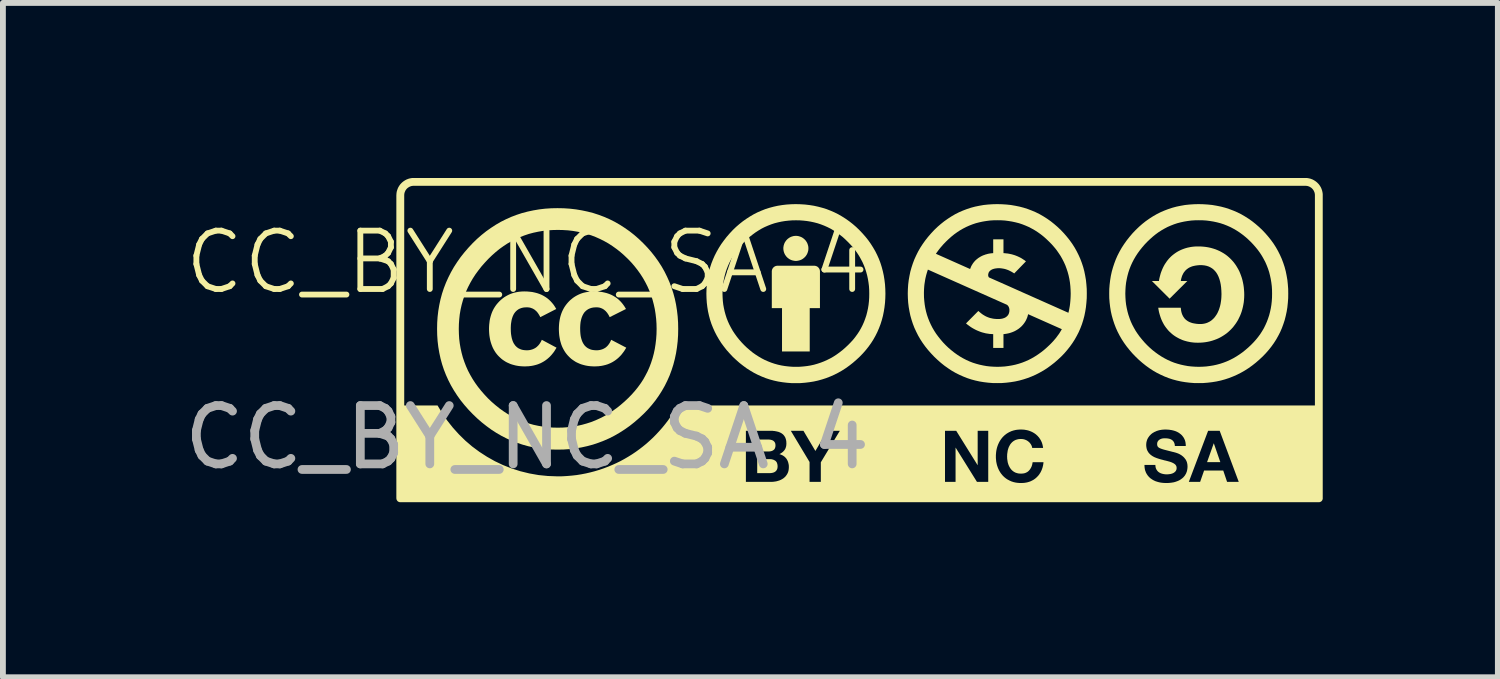
<source format=kicad_pcb>
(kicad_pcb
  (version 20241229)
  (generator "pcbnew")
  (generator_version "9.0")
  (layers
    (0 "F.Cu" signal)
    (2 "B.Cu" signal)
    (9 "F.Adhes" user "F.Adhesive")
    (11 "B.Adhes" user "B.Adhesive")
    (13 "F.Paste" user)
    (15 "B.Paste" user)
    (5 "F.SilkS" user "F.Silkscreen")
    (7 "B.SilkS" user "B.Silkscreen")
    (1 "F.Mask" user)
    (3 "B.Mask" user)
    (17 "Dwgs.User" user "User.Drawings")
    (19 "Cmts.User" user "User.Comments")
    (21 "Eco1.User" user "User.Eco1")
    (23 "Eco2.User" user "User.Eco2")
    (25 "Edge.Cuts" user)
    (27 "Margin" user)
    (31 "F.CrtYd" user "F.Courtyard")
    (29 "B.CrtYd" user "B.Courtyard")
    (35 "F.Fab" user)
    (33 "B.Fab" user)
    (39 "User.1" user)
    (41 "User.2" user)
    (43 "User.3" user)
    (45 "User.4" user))
  (footprint "CC_BY_NC_SA 4"
    (layer "F.Cu")
    (at 5.982 1.945)
    (property "Reference" "CC_BY_NC_SA 4" (at 0 -0.5 0) (unlocked yes) (layer "F.SilkS") (effects (font (size 1 1) (thickness 0.1))))
    (fp_poly (pts (xy 11.88 2.924) (xy 11.653 2.924) (xy 11.767 2.603) (xy 11.769 2.603)) (stroke (width 0) (type solid)) (fill yes) (layer "F.SilkS"))
    (fp_poly (pts (xy 4.925 -0.441) (xy 4.93 -0.441) (xy 4.935 -0.44) (xy 4.94 -0.439) (xy 4.945 -0.438) (xy 4.95 -0.437) (xy 4.954 -0.435) (xy 4.959 -0.434) (xy 4.963 -0.432) (xy 4.968 -0.429) (xy 4.972 -0.427) (xy 4.976 -0.425) (xy 4.98 -0.422) (xy 4.983 -0.419) (xy 4.987 -0.416) (xy 4.99 -0.412) (xy 4.994 -0.409) (xy 4.997 -0.405) (xy 5 -0.402) (xy 5.002 -0.398) (xy 5.005 -0.394) (xy 5.007 -0.39) (xy 5.01 -0.385) (xy 5.012 -0.381) (xy 5.013 -0.376) (xy 5.015 -0.372) (xy 5.016 -0.367) (xy 5.017 -0.362) (xy 5.018 -0.357) (xy 5.019 -0.352) (xy 5.019 -0.347) (xy 5.019 -0.342) (xy 5.019 0.285) (xy 4.844 0.285) (xy 4.844 1.028) (xy 4.369 1.028) (xy 4.369 0.285) (xy 4.194 0.285) (xy 4.194 -0.342) (xy 4.194 -0.347) (xy 4.194 -0.352) (xy 4.195 -0.357) (xy 4.196 -0.362) (xy 4.197 -0.367) (xy 4.198 -0.372) (xy 4.2 -0.376) (xy 4.201 -0.381) (xy 4.203 -0.385) (xy 4.206 -0.39) (xy 4.208 -0.394) (xy 4.211 -0.398) (xy 4.213 -0.402) (xy 4.216 -0.405) (xy 4.219 -0.409) (xy 4.223 -0.412) (xy 4.226 -0.416) (xy 4.23 -0.419) (xy 4.234 -0.422) (xy 4.237 -0.425) (xy 4.241 -0.427) (xy 4.246 -0.429) (xy 4.25 -0.432) (xy 4.254 -0.434) (xy 4.259 -0.435) (xy 4.263 -0.437) (xy 4.268 -0.438) (xy 4.273 -0.439) (xy 4.278 -0.44) (xy 4.283 -0.441) (xy 4.288 -0.441) (xy 4.293 -0.441) (xy 4.92 -0.441)) (stroke (width 0) (type solid)) (fill yes) (layer "F.SilkS"))
    (fp_poly (pts (xy 4.162 2.873) (xy 4.169 2.873) (xy 4.177 2.874) (xy 4.184 2.874) (xy 4.191 2.875) (xy 4.197 2.877) (xy 4.204 2.878) (xy 4.21 2.88) (xy 4.217 2.882) (xy 4.223 2.884) (xy 4.228 2.886) (xy 4.234 2.889) (xy 4.24 2.892) (xy 4.245 2.895) (xy 4.25 2.898) (xy 4.255 2.901) (xy 4.259 2.905) (xy 4.264 2.909) (xy 4.268 2.914) (xy 4.271 2.918) (xy 4.275 2.923) (xy 4.278 2.928) (xy 4.281 2.934) (xy 4.283 2.94) (xy 4.285 2.946) (xy 4.287 2.952) (xy 4.289 2.959) (xy 4.29 2.966) (xy 4.292 2.974) (xy 4.292 2.981) (xy 4.293 2.989) (xy 4.293 2.998) (xy 4.293 3.002) (xy 4.293 3.006) (xy 4.292 3.01) (xy 4.292 3.014) (xy 4.292 3.018) (xy 4.291 3.022) (xy 4.291 3.026) (xy 4.29 3.029) (xy 4.289 3.033) (xy 4.288 3.036) (xy 4.287 3.039) (xy 4.286 3.042) (xy 4.285 3.045) (xy 4.284 3.048) (xy 4.282 3.051) (xy 4.281 3.054) (xy 4.279 3.057) (xy 4.278 3.059) (xy 4.276 3.062) (xy 4.275 3.065) (xy 4.273 3.067) (xy 4.271 3.069) (xy 4.269 3.072) (xy 4.267 3.074) (xy 4.265 3.076) (xy 4.263 3.078) (xy 4.261 3.08) (xy 4.259 3.082) (xy 4.257 3.084) (xy 4.255 3.086) (xy 4.252 3.087) (xy 4.25 3.089) (xy 4.247 3.091) (xy 4.245 3.092) (xy 4.242 3.094) (xy 4.24 3.095) (xy 4.237 3.097) (xy 4.234 3.098) (xy 4.231 3.099) (xy 4.229 3.1) (xy 4.226 3.101) (xy 4.223 3.103) (xy 4.22 3.104) (xy 4.217 3.104) (xy 4.214 3.105) (xy 4.21 3.106) (xy 4.207 3.107) (xy 4.204 3.108) (xy 4.198 3.109) (xy 4.191 3.11) (xy 4.184 3.111) (xy 4.178 3.112) (xy 4.171 3.112) (xy 4.164 3.113) (xy 4.157 3.113) (xy 4.15 3.113) (xy 3.944 3.113) (xy 3.944 2.873) (xy 4.154 2.873)) (stroke (width 0) (type solid)) (fill yes) (layer "F.SilkS"))
    (fp_poly (pts (xy 4.13 2.537) (xy 4.137 2.537) (xy 4.143 2.537) (xy 4.15 2.538) (xy 4.156 2.538) (xy 4.162 2.539) (xy 4.168 2.54) (xy 4.174 2.541) (xy 4.177 2.542) (xy 4.18 2.542) (xy 4.183 2.543) (xy 4.186 2.544) (xy 4.188 2.544) (xy 4.191 2.545) (xy 4.194 2.546) (xy 4.197 2.547) (xy 4.199 2.548) (xy 4.202 2.549) (xy 4.204 2.55) (xy 4.207 2.551) (xy 4.209 2.552) (xy 4.212 2.554) (xy 4.214 2.555) (xy 4.216 2.556) (xy 4.219 2.558) (xy 4.221 2.559) (xy 4.223 2.561) (xy 4.225 2.563) (xy 4.227 2.564) (xy 4.229 2.566) (xy 4.231 2.568) (xy 4.233 2.57) (xy 4.235 2.572) (xy 4.237 2.574) (xy 4.238 2.576) (xy 4.24 2.578) (xy 4.241 2.58) (xy 4.243 2.582) (xy 4.244 2.585) (xy 4.246 2.587) (xy 4.247 2.59) (xy 4.248 2.592) (xy 4.25 2.595) (xy 4.251 2.598) (xy 4.252 2.6) (xy 4.252 2.603) (xy 4.253 2.606) (xy 4.254 2.609) (xy 4.255 2.613) (xy 4.255 2.616) (xy 4.256 2.619) (xy 4.256 2.623) (xy 4.256 2.626) (xy 4.257 2.63) (xy 4.257 2.634) (xy 4.257 2.637) (xy 4.257 2.644) (xy 4.256 2.651) (xy 4.256 2.657) (xy 4.255 2.663) (xy 4.253 2.669) (xy 4.252 2.674) (xy 4.25 2.68) (xy 4.248 2.685) (xy 4.246 2.69) (xy 4.244 2.694) (xy 4.243 2.696) (xy 4.241 2.699) (xy 4.24 2.701) (xy 4.238 2.703) (xy 4.237 2.705) (xy 4.235 2.707) (xy 4.233 2.709) (xy 4.231 2.71) (xy 4.23 2.712) (xy 4.228 2.714) (xy 4.226 2.715) (xy 4.224 2.717) (xy 4.219 2.72) (xy 4.215 2.723) (xy 4.211 2.725) (xy 4.206 2.728) (xy 4.201 2.73) (xy 4.196 2.732) (xy 4.191 2.734) (xy 4.186 2.735) (xy 4.181 2.737) (xy 4.175 2.738) (xy 4.169 2.739) (xy 4.164 2.74) (xy 4.158 2.74) (xy 4.152 2.741) (xy 4.145 2.741) (xy 4.139 2.741) (xy 3.944 2.741) (xy 3.944 2.537) (xy 4.124 2.537)) (stroke (width 0) (type solid)) (fill yes) (layer "F.SilkS"))
    (fp_poly (pts (xy 4.618 -0.953) (xy 4.629 -0.952) (xy 4.639 -0.951) (xy 4.65 -0.949) (xy 4.66 -0.946) (xy 4.67 -0.943) (xy 4.68 -0.94) (xy 4.69 -0.936) (xy 4.7 -0.932) (xy 4.709 -0.927) (xy 4.718 -0.922) (xy 4.727 -0.916) (xy 4.735 -0.91) (xy 4.743 -0.904) (xy 4.751 -0.897) (xy 4.758 -0.89) (xy 4.765 -0.883) (xy 4.772 -0.875) (xy 4.779 -0.867) (xy 4.784 -0.858) (xy 4.79 -0.85) (xy 4.795 -0.841) (xy 4.8 -0.832) (xy 4.804 -0.822) (xy 4.808 -0.812) (xy 4.811 -0.802) (xy 4.814 -0.792) (xy 4.817 -0.782) (xy 4.819 -0.771) (xy 4.82 -0.761) (xy 4.821 -0.75) (xy 4.821 -0.739) (xy 4.821 -0.728) (xy 4.82 -0.717) (xy 4.819 -0.706) (xy 4.817 -0.695) (xy 4.814 -0.685) (xy 4.811 -0.675) (xy 4.808 -0.665) (xy 4.804 -0.655) (xy 4.8 -0.646) (xy 4.795 -0.636) (xy 4.79 -0.627) (xy 4.784 -0.619) (xy 4.779 -0.61) (xy 4.772 -0.602) (xy 4.765 -0.594) (xy 4.758 -0.587) (xy 4.751 -0.58) (xy 4.743 -0.573) (xy 4.735 -0.567) (xy 4.727 -0.561) (xy 4.718 -0.555) (xy 4.709 -0.55) (xy 4.7 -0.545) (xy 4.69 -0.541) (xy 4.68 -0.537) (xy 4.67 -0.534) (xy 4.66 -0.531) (xy 4.65 -0.529) (xy 4.639 -0.527) (xy 4.629 -0.525) (xy 4.618 -0.524) (xy 4.607 -0.524) (xy 4.596 -0.524) (xy 4.585 -0.525) (xy 4.574 -0.527) (xy 4.563 -0.529) (xy 4.553 -0.531) (xy 4.543 -0.534) (xy 4.533 -0.537) (xy 4.523 -0.541) (xy 4.514 -0.545) (xy 4.504 -0.55) (xy 4.495 -0.555) (xy 4.487 -0.561) (xy 4.478 -0.567) (xy 4.47 -0.573) (xy 4.462 -0.58) (xy 4.455 -0.587) (xy 4.448 -0.594) (xy 4.441 -0.602) (xy 4.435 -0.61) (xy 4.429 -0.619) (xy 4.423 -0.627) (xy 4.418 -0.636) (xy 4.413 -0.646) (xy 4.409 -0.655) (xy 4.405 -0.665) (xy 4.402 -0.675) (xy 4.399 -0.685) (xy 4.396 -0.695) (xy 4.395 -0.706) (xy 4.393 -0.717) (xy 4.392 -0.728) (xy 4.392 -0.739) (xy 4.392 -0.75) (xy 4.393 -0.761) (xy 4.395 -0.771) (xy 4.396 -0.782) (xy 4.399 -0.792) (xy 4.402 -0.802) (xy 4.405 -0.812) (xy 4.409 -0.822) (xy 4.413 -0.832) (xy 4.418 -0.841) (xy 4.423 -0.85) (xy 4.429 -0.858) (xy 4.435 -0.867) (xy 4.441 -0.875) (xy 4.448 -0.883) (xy 4.455 -0.89) (xy 4.462 -0.897) (xy 4.47 -0.904) (xy 4.478 -0.91) (xy 4.487 -0.916) (xy 4.495 -0.922) (xy 4.504 -0.927) (xy 4.514 -0.932) (xy 4.523 -0.936) (xy 4.533 -0.94) (xy 4.543 -0.943) (xy 4.553 -0.946) (xy 4.563 -0.949) (xy 4.574 -0.951) (xy 4.585 -0.952) (xy 4.596 -0.953) (xy 4.607 -0.953)) (stroke (width 0) (type solid)) (fill yes) (layer "F.SilkS"))
    (fp_poly (pts (xy 0 0) (xy 0.045 0.004) (xy 0.089 0.009) (xy 0.131 0.018) (xy 0.171 0.028) (xy 0.209 0.041) (xy 0.246 0.056) (xy 0.281 0.074) (xy 0.314 0.094) (xy 0.346 0.116) (xy 0.376 0.141) (xy 0.404 0.168) (xy 0.431 0.198) (xy 0.456 0.229) (xy 0.479 0.264) (xy 0.5 0.3) (xy 0.227 0.44) (xy 0.217 0.42) (xy 0.206 0.401) (xy 0.195 0.383) (xy 0.183 0.366) (xy 0.171 0.351) (xy 0.158 0.337) (xy 0.151 0.331) (xy 0.144 0.325) (xy 0.137 0.319) (xy 0.13 0.313) (xy 0.123 0.308) (xy 0.115 0.304) (xy 0.108 0.299) (xy 0.1 0.295) (xy 0.092 0.291) (xy 0.084 0.288) (xy 0.075 0.285) (xy 0.067 0.282) (xy 0.059 0.279) (xy 0.05 0.277) (xy 0.041 0.275) (xy 0.032 0.274) (xy 0.023 0.273) (xy 0.013 0.272) (xy -0.006 0.271) (xy -0.022 0.272) (xy -0.039 0.273) (xy -0.054 0.274) (xy -0.07 0.277) (xy -0.084 0.28) (xy -0.098 0.284) (xy -0.112 0.289) (xy -0.125 0.294) (xy -0.138 0.3) (xy -0.15 0.307) (xy -0.161 0.315) (xy -0.172 0.323) (xy -0.182 0.332) (xy -0.192 0.342) (xy -0.202 0.352) (xy -0.21 0.363) (xy -0.219 0.375) (xy -0.227 0.388) (xy -0.234 0.401) (xy -0.24 0.415) (xy -0.247 0.43) (xy -0.252 0.445) (xy -0.257 0.461) (xy -0.262 0.478) (xy -0.266 0.496) (xy -0.269 0.514) (xy -0.272 0.533) (xy -0.275 0.553) (xy -0.277 0.573) (xy -0.278 0.595) (xy -0.279 0.616) (xy -0.279 0.639) (xy -0.278 0.684) (xy -0.275 0.725) (xy -0.269 0.764) (xy -0.262 0.8) (xy -0.252 0.833) (xy -0.247 0.849) (xy -0.24 0.864) (xy -0.234 0.878) (xy -0.227 0.891) (xy -0.219 0.903) (xy -0.21 0.915) (xy -0.202 0.927) (xy -0.192 0.937) (xy -0.182 0.947) (xy -0.172 0.956) (xy -0.161 0.964) (xy -0.15 0.972) (xy -0.138 0.978) (xy -0.125 0.984) (xy -0.112 0.99) (xy -0.098 0.995) (xy -0.084 0.999) (xy -0.07 1.002) (xy -0.054 1.004) (xy -0.039 1.006) (xy -0.022 1.007) (xy -0.006 1.008) (xy 0.017 1.007) (xy 0.038 1.005) (xy 0.059 1.001) (xy 0.078 0.996) (xy 0.097 0.99) (xy 0.115 0.982) (xy 0.133 0.973) (xy 0.149 0.963) (xy 0.165 0.951) (xy 0.18 0.937) (xy 0.194 0.923) (xy 0.208 0.906) (xy 0.22 0.889) (xy 0.232 0.87) (xy 0.243 0.849) (xy 0.253 0.828) (xy 0.505 0.963) (xy 0.482 1.001) (xy 0.47 1.02) (xy 0.458 1.038) (xy 0.445 1.055) (xy 0.431 1.072) (xy 0.418 1.088) (xy 0.404 1.103) (xy 0.39 1.118) (xy 0.375 1.132) (xy 0.36 1.145) (xy 0.345 1.158) (xy 0.329 1.17) (xy 0.313 1.182) (xy 0.296 1.193) (xy 0.28 1.203) (xy 0.262 1.213) (xy 0.245 1.222) (xy 0.227 1.231) (xy 0.209 1.238) (xy 0.19 1.246) (xy 0.172 1.252) (xy 0.152 1.258) (xy 0.133 1.263) (xy 0.113 1.268) (xy 0.093 1.272) (xy 0.072 1.276) (xy 0.051 1.278) (xy 0.03 1.281) (xy 0.008 1.282) (xy -0.037 1.284) (xy -0.071 1.283) (xy -0.105 1.281) (xy -0.137 1.278) (xy -0.169 1.273) (xy -0.2 1.267) (xy -0.23 1.259) (xy -0.259 1.251) (xy -0.288 1.241) (xy -0.315 1.229) (xy -0.342 1.217) (xy -0.368 1.203) (xy -0.393 1.187) (xy -0.417 1.171) (xy -0.44 1.153) (xy -0.462 1.133) (xy -0.484 1.112) (xy -0.504 1.091) (xy -0.523 1.068) (xy -0.541 1.044) (xy -0.557 1.019) (xy -0.572 0.993) (xy -0.586 0.966) (xy -0.598 0.938) (xy -0.609 0.909) (xy -0.619 0.879) (xy -0.628 0.848) (xy -0.635 0.816) (xy -0.641 0.783) (xy -0.646 0.749) (xy -0.649 0.714) (xy -0.651 0.678) (xy -0.652 0.641) (xy -0.651 0.605) (xy -0.649 0.569) (xy -0.645 0.535) (xy -0.641 0.501) (xy -0.635 0.469) (xy -0.627 0.437) (xy -0.618 0.406) (xy -0.608 0.376) (xy -0.597 0.348) (xy -0.584 0.32) (xy -0.57 0.293) (xy -0.554 0.267) (xy -0.537 0.242) (xy -0.519 0.218) (xy -0.499 0.195) (xy -0.478 0.172) (xy -0.456 0.151) (xy -0.434 0.132) (xy -0.411 0.113) (xy -0.387 0.096) (xy -0.362 0.081) (xy -0.337 0.067) (xy -0.311 0.054) (xy -0.284 0.042) (xy -0.257 0.032) (xy -0.229 0.023) (xy -0.2 0.016) (xy -0.171 0.01) (xy -0.141 0.005) (xy -0.11 0.002) (xy -0.079 -0.000497) (xy -0.047 -0.001)) (stroke (width 0) (type solid)) (fill yes) (layer "F.SilkS"))
    (fp_poly (pts (xy 1.196 0) (xy 1.241 0.004) (xy 1.284 0.009) (xy 1.326 0.018) (xy 1.366 0.028) (xy 1.404 0.041) (xy 1.441 0.056) (xy 1.476 0.074) (xy 1.509 0.094) (xy 1.541 0.116) (xy 1.571 0.141) (xy 1.599 0.168) (xy 1.626 0.198) (xy 1.65 0.229) (xy 1.674 0.264) (xy 1.695 0.3) (xy 1.416 0.44) (xy 1.406 0.42) (xy 1.396 0.401) (xy 1.384 0.383) (xy 1.373 0.366) (xy 1.36 0.351) (xy 1.348 0.337) (xy 1.334 0.325) (xy 1.327 0.319) (xy 1.32 0.313) (xy 1.313 0.308) (xy 1.306 0.304) (xy 1.298 0.299) (xy 1.291 0.295) (xy 1.283 0.291) (xy 1.275 0.288) (xy 1.267 0.285) (xy 1.259 0.282) (xy 1.251 0.279) (xy 1.242 0.277) (xy 1.234 0.275) (xy 1.225 0.274) (xy 1.216 0.273) (xy 1.207 0.272) (xy 1.189 0.271) (xy 1.171 0.272) (xy 1.155 0.273) (xy 1.139 0.274) (xy 1.123 0.277) (xy 1.108 0.28) (xy 1.094 0.284) (xy 1.08 0.289) (xy 1.067 0.294) (xy 1.054 0.3) (xy 1.042 0.307) (xy 1.03 0.315) (xy 1.019 0.323) (xy 1.008 0.332) (xy 0.998 0.342) (xy 0.988 0.352) (xy 0.979 0.363) (xy 0.971 0.375) (xy 0.963 0.388) (xy 0.956 0.401) (xy 0.949 0.415) (xy 0.943 0.43) (xy 0.937 0.445) (xy 0.932 0.461) (xy 0.927 0.478) (xy 0.923 0.496) (xy 0.919 0.514) (xy 0.916 0.533) (xy 0.914 0.553) (xy 0.912 0.573) (xy 0.911 0.595) (xy 0.91 0.616) (xy 0.91 0.639) (xy 0.911 0.684) (xy 0.914 0.725) (xy 0.919 0.764) (xy 0.927 0.8) (xy 0.937 0.833) (xy 0.943 0.849) (xy 0.949 0.864) (xy 0.956 0.878) (xy 0.963 0.891) (xy 0.971 0.903) (xy 0.979 0.915) (xy 0.988 0.927) (xy 0.998 0.937) (xy 1.008 0.947) (xy 1.019 0.956) (xy 1.03 0.964) (xy 1.042 0.972) (xy 1.054 0.978) (xy 1.067 0.984) (xy 1.08 0.99) (xy 1.094 0.995) (xy 1.108 0.999) (xy 1.123 1.002) (xy 1.139 1.004) (xy 1.155 1.006) (xy 1.171 1.007) (xy 1.189 1.008) (xy 1.211 1.007) (xy 1.232 1.005) (xy 1.253 1.001) (xy 1.272 0.996) (xy 1.291 0.99) (xy 1.309 0.982) (xy 1.318 0.978) (xy 1.326 0.973) (xy 1.335 0.968) (xy 1.343 0.963) (xy 1.358 0.951) (xy 1.373 0.937) (xy 1.386 0.923) (xy 1.399 0.906) (xy 1.411 0.889) (xy 1.422 0.87) (xy 1.432 0.849) (xy 1.442 0.828) (xy 1.7 0.963) (xy 1.677 1.001) (xy 1.665 1.02) (xy 1.652 1.038) (xy 1.639 1.055) (xy 1.626 1.072) (xy 1.613 1.088) (xy 1.599 1.103) (xy 1.584 1.118) (xy 1.57 1.132) (xy 1.555 1.145) (xy 1.54 1.158) (xy 1.524 1.17) (xy 1.508 1.182) (xy 1.491 1.193) (xy 1.475 1.203) (xy 1.458 1.213) (xy 1.44 1.222) (xy 1.422 1.231) (xy 1.404 1.238) (xy 1.386 1.246) (xy 1.367 1.252) (xy 1.348 1.258) (xy 1.328 1.263) (xy 1.308 1.268) (xy 1.288 1.272) (xy 1.267 1.276) (xy 1.247 1.278) (xy 1.225 1.281) (xy 1.204 1.282) (xy 1.159 1.284) (xy 1.125 1.283) (xy 1.091 1.281) (xy 1.059 1.278) (xy 1.027 1.273) (xy 0.996 1.267) (xy 0.966 1.259) (xy 0.937 1.251) (xy 0.908 1.241) (xy 0.881 1.229) (xy 0.854 1.217) (xy 0.828 1.203) (xy 0.804 1.187) (xy 0.78 1.171) (xy 0.756 1.153) (xy 0.734 1.133) (xy 0.713 1.112) (xy 0.693 1.091) (xy 0.674 1.068) (xy 0.656 1.044) (xy 0.64 1.019) (xy 0.625 0.993) (xy 0.611 0.966) (xy 0.598 0.938) (xy 0.587 0.909) (xy 0.578 0.879) (xy 0.569 0.848) (xy 0.562 0.816) (xy 0.556 0.783) (xy 0.551 0.749) (xy 0.548 0.714) (xy 0.546 0.678) (xy 0.545 0.641) (xy 0.546 0.605) (xy 0.548 0.569) (xy 0.551 0.535) (xy 0.556 0.501) (xy 0.562 0.469) (xy 0.569 0.437) (xy 0.578 0.406) (xy 0.588 0.376) (xy 0.599 0.348) (xy 0.612 0.32) (xy 0.626 0.293) (xy 0.641 0.267) (xy 0.658 0.242) (xy 0.676 0.218) (xy 0.695 0.195) (xy 0.716 0.172) (xy 0.737 0.151) (xy 0.76 0.132) (xy 0.783 0.113) (xy 0.807 0.096) (xy 0.831 0.081) (xy 0.856 0.067) (xy 0.882 0.054) (xy 0.909 0.042) (xy 0.936 0.032) (xy 0.964 0.023) (xy 0.993 0.016) (xy 1.023 0.01) (xy 1.053 0.005) (xy 1.084 0.002) (xy 1.116 -0.000497) (xy 1.149 -0.001)) (stroke (width 0) (type solid)) (fill yes) (layer "F.SilkS"))
    (fp_poly (pts (xy 11.547 -0.771) (xy 11.591 -0.768) (xy 11.634 -0.763) (xy 11.676 -0.756) (xy 11.717 -0.747) (xy 11.756 -0.736) (xy 11.794 -0.724) (xy 11.831 -0.709) (xy 11.867 -0.693) (xy 11.901 -0.675) (xy 11.934 -0.656) (xy 11.966 -0.635) (xy 11.997 -0.612) (xy 12.025 -0.588) (xy 12.053 -0.562) (xy 12.079 -0.535) (xy 12.104 -0.507) (xy 12.127 -0.477) (xy 12.149 -0.446) (xy 12.169 -0.413) (xy 12.188 -0.38) (xy 12.206 -0.345) (xy 12.221 -0.309) (xy 12.235 -0.272) (xy 12.248 -0.234) (xy 12.259 -0.195) (xy 12.268 -0.155) (xy 12.276 -0.114) (xy 12.282 -0.073) (xy 12.286 -0.03) (xy 12.289 0.013) (xy 12.29 0.057) (xy 12.289 0.1) (xy 12.286 0.143) (xy 12.282 0.184) (xy 12.275 0.225) (xy 12.267 0.265) (xy 12.257 0.305) (xy 12.246 0.343) (xy 12.233 0.38) (xy 12.218 0.417) (xy 12.201 0.452) (xy 12.184 0.487) (xy 12.164 0.52) (xy 12.143 0.552) (xy 12.12 0.583) (xy 12.097 0.613) (xy 12.071 0.641) (xy 12.044 0.668) (xy 12.016 0.694) (xy 11.987 0.718) (xy 11.956 0.74) (xy 11.924 0.761) (xy 11.89 0.781) (xy 11.856 0.799) (xy 11.82 0.815) (xy 11.783 0.829) (xy 11.745 0.842) (xy 11.706 0.853) (xy 11.665 0.862) (xy 11.624 0.869) (xy 11.582 0.874) (xy 11.538 0.877) (xy 11.494 0.878) (xy 11.433 0.876) (xy 11.373 0.869) (xy 11.314 0.857) (xy 11.285 0.849) (xy 11.257 0.841) (xy 11.229 0.831) (xy 11.202 0.819) (xy 11.175 0.807) (xy 11.149 0.793) (xy 11.124 0.779) (xy 11.099 0.763) (xy 11.075 0.746) (xy 11.052 0.728) (xy 11.03 0.708) (xy 11.008 0.688) (xy 10.987 0.666) (xy 10.968 0.643) (xy 10.949 0.619) (xy 10.931 0.594) (xy 10.914 0.568) (xy 10.899 0.54) (xy 10.884 0.511) (xy 10.871 0.482) (xy 10.859 0.451) (xy 10.848 0.418) (xy 10.838 0.385) (xy 10.829 0.351) (xy 10.822 0.315) (xy 10.816 0.278) (xy 11.203 0.278) (xy 11.204 0.297) (xy 11.207 0.316) (xy 11.209 0.333) (xy 11.213 0.35) (xy 11.217 0.366) (xy 11.222 0.381) (xy 11.227 0.395) (xy 11.234 0.409) (xy 11.24 0.422) (xy 11.248 0.435) (xy 11.256 0.446) (xy 11.264 0.458) (xy 11.273 0.468) (xy 11.283 0.478) (xy 11.293 0.487) (xy 11.304 0.495) (xy 11.315 0.503) (xy 11.327 0.511) (xy 11.339 0.517) (xy 11.352 0.524) (xy 11.365 0.529) (xy 11.379 0.534) (xy 11.393 0.539) (xy 11.408 0.543) (xy 11.423 0.546) (xy 11.439 0.549) (xy 11.471 0.554) (xy 11.505 0.557) (xy 11.54 0.557) (xy 11.56 0.557) (xy 11.58 0.555) (xy 11.599 0.552) (xy 11.618 0.548) (xy 11.636 0.543) (xy 11.654 0.537) (xy 11.671 0.529) (xy 11.688 0.521) (xy 11.704 0.512) (xy 11.72 0.501) (xy 11.735 0.49) (xy 11.749 0.477) (xy 11.763 0.464) (xy 11.777 0.449) (xy 11.789 0.434) (xy 11.801 0.417) (xy 11.813 0.4) (xy 11.824 0.382) (xy 11.834 0.363) (xy 11.843 0.343) (xy 11.852 0.323) (xy 11.86 0.301) (xy 11.867 0.279) (xy 11.874 0.256) (xy 11.88 0.232) (xy 11.885 0.208) (xy 11.889 0.182) (xy 11.893 0.156) (xy 11.896 0.129) (xy 11.898 0.102) (xy 11.899 0.074) (xy 11.9 0.045) (xy 11.898 -0.014) (xy 11.894 -0.069) (xy 11.887 -0.121) (xy 11.877 -0.169) (xy 11.864 -0.214) (xy 11.849 -0.254) (xy 11.84 -0.273) (xy 11.831 -0.291) (xy 11.82 -0.309) (xy 11.81 -0.325) (xy 11.798 -0.34) (xy 11.786 -0.354) (xy 11.773 -0.367) (xy 11.76 -0.38) (xy 11.746 -0.391) (xy 11.731 -0.401) (xy 11.715 -0.411) (xy 11.699 -0.419) (xy 11.683 -0.427) (xy 11.665 -0.433) (xy 11.647 -0.439) (xy 11.628 -0.443) (xy 11.609 -0.447) (xy 11.589 -0.449) (xy 11.568 -0.451) (xy 11.547 -0.451) (xy 11.516 -0.451) (xy 11.485 -0.448) (xy 11.456 -0.444) (xy 11.427 -0.438) (xy 11.399 -0.431) (xy 11.373 -0.421) (xy 11.36 -0.415) (xy 11.347 -0.409) (xy 11.335 -0.402) (xy 11.324 -0.394) (xy 11.312 -0.386) (xy 11.301 -0.377) (xy 11.291 -0.368) (xy 11.281 -0.358) (xy 11.272 -0.347) (xy 11.263 -0.336) (xy 11.254 -0.324) (xy 11.246 -0.311) (xy 11.239 -0.297) (xy 11.232 -0.283) (xy 11.225 -0.268) (xy 11.22 -0.252) (xy 11.215 -0.235) (xy 11.21 -0.218) (xy 11.206 -0.199) (xy 11.203 -0.18) (xy 11.315 -0.18) (xy 11.011 0.123) (xy 10.707 -0.18) (xy 10.828 -0.18) (xy 10.834 -0.216) (xy 10.842 -0.25) (xy 10.851 -0.284) (xy 10.86 -0.316) (xy 10.872 -0.348) (xy 10.884 -0.378) (xy 10.897 -0.407) (xy 10.911 -0.435) (xy 10.926 -0.462) (xy 10.943 -0.488) (xy 10.96 -0.513) (xy 10.978 -0.537) (xy 10.997 -0.56) (xy 11.017 -0.581) (xy 11.038 -0.602) (xy 11.06 -0.621) (xy 11.083 -0.639) (xy 11.106 -0.656) (xy 11.13 -0.672) (xy 11.155 -0.687) (xy 11.18 -0.7) (xy 11.207 -0.713) (xy 11.234 -0.724) (xy 11.261 -0.734) (xy 11.289 -0.743) (xy 11.318 -0.751) (xy 11.347 -0.757) (xy 11.377 -0.763) (xy 11.408 -0.767) (xy 11.439 -0.77) (xy 11.47 -0.772) (xy 11.502 -0.772)) (stroke (width 0) (type solid)) (fill yes) (layer "F.SilkS"))
    (fp_poly (pts (xy 4.684 -1.495) (xy 4.763 -1.49) (xy 4.84 -1.481) (xy 4.915 -1.469) (xy 4.988 -1.453) (xy 5.06 -1.434) (xy 5.131 -1.412) (xy 5.2 -1.385) (xy 5.267 -1.356) (xy 5.333 -1.323) (xy 5.397 -1.286) (xy 5.46 -1.246) (xy 5.521 -1.203) (xy 5.581 -1.156) (xy 5.639 -1.106) (xy 5.695 -1.052) (xy 5.749 -0.995) (xy 5.8 -0.937) (xy 5.847 -0.878) (xy 5.89 -0.817) (xy 5.93 -0.754) (xy 5.967 -0.69) (xy 6 -0.624) (xy 6.03 -0.557) (xy 6.056 -0.488) (xy 6.078 -0.418) (xy 6.097 -0.346) (xy 6.113 -0.272) (xy 6.125 -0.197) (xy 6.134 -0.121) (xy 6.139 -0.042) (xy 6.141 0.038) (xy 6.139 0.117) (xy 6.134 0.195) (xy 6.125 0.272) (xy 6.113 0.346) (xy 6.098 0.42) (xy 6.079 0.491) (xy 6.057 0.561) (xy 6.031 0.629) (xy 6.002 0.696) (xy 5.97 0.76) (xy 5.934 0.824) (xy 5.895 0.885) (xy 5.852 0.945) (xy 5.806 1.003) (xy 5.756 1.06) (xy 5.703 1.115) (xy 5.644 1.17) (xy 5.584 1.222) (xy 5.523 1.27) (xy 5.46 1.315) (xy 5.396 1.356) (xy 5.331 1.393) (xy 5.264 1.427) (xy 5.196 1.457) (xy 5.127 1.484) (xy 5.056 1.507) (xy 4.984 1.527) (xy 4.911 1.543) (xy 4.836 1.555) (xy 4.76 1.564) (xy 4.683 1.57) (xy 4.604 1.571) (xy 4.527 1.57) (xy 4.451 1.564) (xy 4.376 1.555) (xy 4.302 1.543) (xy 4.23 1.527) (xy 4.16 1.508) (xy 4.09 1.485) (xy 4.022 1.458) (xy 3.955 1.428) (xy 3.89 1.395) (xy 3.826 1.357) (xy 3.763 1.317) (xy 3.702 1.272) (xy 3.642 1.225) (xy 3.583 1.173) (xy 3.525 1.119) (xy 3.471 1.061) (xy 3.419 1.003) (xy 3.372 0.943) (xy 3.327 0.882) (xy 3.287 0.819) (xy 3.25 0.755) (xy 3.216 0.689) (xy 3.186 0.622) (xy 3.159 0.554) (xy 3.136 0.484) (xy 3.117 0.413) (xy 3.101 0.341) (xy 3.089 0.267) (xy 3.08 0.192) (xy 3.075 0.115) (xy 3.073 0.038) (xy 3.349 0.038) (xy 3.351 0.101) (xy 3.355 0.163) (xy 3.362 0.224) (xy 3.373 0.284) (xy 3.386 0.343) (xy 3.402 0.401) (xy 3.42 0.457) (xy 3.442 0.513) (xy 3.467 0.568) (xy 3.495 0.621) (xy 3.525 0.674) (xy 3.559 0.725) (xy 3.595 0.775) (xy 3.634 0.824) (xy 3.676 0.872) (xy 3.721 0.919) (xy 3.768 0.964) (xy 3.817 1.006) (xy 3.866 1.046) (xy 3.917 1.082) (xy 3.968 1.115) (xy 4.021 1.146) (xy 4.075 1.174) (xy 4.13 1.198) (xy 4.186 1.22) (xy 4.243 1.239) (xy 4.301 1.255) (xy 4.36 1.268) (xy 4.421 1.278) (xy 4.482 1.285) (xy 4.545 1.29) (xy 4.609 1.291) (xy 4.672 1.29) (xy 4.735 1.285) (xy 4.797 1.278) (xy 4.858 1.268) (xy 4.917 1.255) (xy 4.976 1.238) (xy 5.033 1.219) (xy 5.09 1.197) (xy 5.145 1.172) (xy 5.199 1.145) (xy 5.253 1.114) (xy 5.305 1.08) (xy 5.356 1.043) (xy 5.406 1.004) (xy 5.455 0.961) (xy 5.503 0.916) (xy 5.547 0.871) (xy 5.588 0.826) (xy 5.626 0.778) (xy 5.661 0.73) (xy 5.694 0.68) (xy 5.723 0.629) (xy 5.75 0.576) (xy 5.774 0.522) (xy 5.795 0.466) (xy 5.814 0.409) (xy 5.829 0.351) (xy 5.842 0.291) (xy 5.852 0.23) (xy 5.859 0.167) (xy 5.863 0.103) (xy 5.864 0.038) (xy 5.863 -0.027) (xy 5.859 -0.091) (xy 5.851 -0.154) (xy 5.841 -0.215) (xy 5.828 -0.275) (xy 5.812 -0.334) (xy 5.794 -0.391) (xy 5.772 -0.448) (xy 5.748 -0.503) (xy 5.72 -0.556) (xy 5.69 -0.609) (xy 5.657 -0.66) (xy 5.621 -0.71) (xy 5.582 -0.759) (xy 5.54 -0.806) (xy 5.495 -0.852) (xy 5.449 -0.897) (xy 5.402 -0.939) (xy 5.353 -0.977) (xy 5.303 -1.013) (xy 5.252 -1.046) (xy 5.2 -1.077) (xy 5.146 -1.104) (xy 5.092 -1.128) (xy 5.035 -1.15) (xy 4.978 -1.169) (xy 4.92 -1.184) (xy 4.86 -1.197) (xy 4.799 -1.207) (xy 4.737 -1.214) (xy 4.673 -1.219) (xy 4.609 -1.22) (xy 4.544 -1.219) (xy 4.481 -1.214) (xy 4.418 -1.207) (xy 4.358 -1.197) (xy 4.298 -1.184) (xy 4.24 -1.169) (xy 4.183 -1.15) (xy 4.127 -1.128) (xy 4.072 -1.104) (xy 4.019 -1.077) (xy 3.967 -1.046) (xy 3.916 -1.013) (xy 3.867 -0.977) (xy 3.818 -0.939) (xy 3.771 -0.897) (xy 3.725 -0.852) (xy 3.68 -0.804) (xy 3.637 -0.755) (xy 3.597 -0.705) (xy 3.561 -0.654) (xy 3.527 -0.602) (xy 3.496 -0.549) (xy 3.468 -0.495) (xy 3.443 -0.44) (xy 3.421 -0.384) (xy 3.402 -0.327) (xy 3.386 -0.268) (xy 3.373 -0.209) (xy 3.362 -0.149) (xy 3.355 -0.088) (xy 3.351 -0.026) (xy 3.349 0.038) (xy 3.073 0.038) (xy 3.075 -0.04) (xy 3.08 -0.117) (xy 3.089 -0.192) (xy 3.101 -0.266) (xy 3.117 -0.339) (xy 3.136 -0.411) (xy 3.159 -0.481) (xy 3.186 -0.549) (xy 3.216 -0.617) (xy 3.25 -0.683) (xy 3.287 -0.748) (xy 3.327 -0.811) (xy 3.372 -0.873) (xy 3.419 -0.934) (xy 3.471 -0.994) (xy 3.525 -1.052) (xy 3.581 -1.106) (xy 3.639 -1.156) (xy 3.698 -1.203) (xy 3.759 -1.246) (xy 3.821 -1.286) (xy 3.884 -1.323) (xy 3.949 -1.356) (xy 4.016 -1.385) (xy 4.084 -1.412) (xy 4.154 -1.434) (xy 4.225 -1.453) (xy 4.298 -1.469) (xy 4.372 -1.481) (xy 4.448 -1.49) (xy 4.526 -1.495) (xy 4.604 -1.497)) (stroke (width 0) (type solid)) (fill yes) (layer "F.SilkS"))
    (fp_poly (pts (xy 0.629 -1.426) (xy 0.734 -1.419) (xy 0.837 -1.407) (xy 0.939 -1.39) (xy 1.038 -1.369) (xy 1.135 -1.344) (xy 1.23 -1.313) (xy 1.323 -1.278) (xy 1.414 -1.238) (xy 1.502 -1.194) (xy 1.589 -1.144) (xy 1.673 -1.09) (xy 1.756 -1.032) (xy 1.836 -0.969) (xy 1.914 -0.901) (xy 1.99 -0.828) (xy 2.063 -0.752) (xy 2.131 -0.674) (xy 2.194 -0.594) (xy 2.253 -0.511) (xy 2.307 -0.427) (xy 2.356 -0.34) (xy 2.4 -0.251) (xy 2.44 -0.161) (xy 2.475 -0.068) (xy 2.506 0.027) (xy 2.532 0.124) (xy 2.553 0.223) (xy 2.569 0.325) (xy 2.581 0.428) (xy 2.588 0.534) (xy 2.59 0.641) (xy 2.588 0.749) (xy 2.581 0.854) (xy 2.569 0.957) (xy 2.553 1.058) (xy 2.532 1.157) (xy 2.507 1.253) (xy 2.477 1.347) (xy 2.443 1.439) (xy 2.403 1.529) (xy 2.36 1.616) (xy 2.311 1.702) (xy 2.258 1.785) (xy 2.201 1.866) (xy 2.139 1.944) (xy 2.072 2.021) (xy 2 2.095) (xy 1.921 2.169) (xy 1.84 2.239) (xy 1.758 2.304) (xy 1.673 2.364) (xy 1.587 2.419) (xy 1.499 2.47) (xy 1.409 2.516) (xy 1.318 2.556) (xy 1.224 2.592) (xy 1.129 2.624) (xy 1.032 2.65) (xy 0.933 2.672) (xy 0.833 2.689) (xy 0.731 2.701) (xy 0.627 2.708) (xy 0.521 2.71) (xy 0.416 2.708) (xy 0.314 2.701) (xy 0.213 2.689) (xy 0.114 2.672) (xy 0.017 2.651) (xy -0.079 2.624) (xy -0.172 2.593) (xy -0.264 2.558) (xy -0.354 2.517) (xy -0.442 2.472) (xy -0.528 2.422) (xy -0.613 2.367) (xy -0.695 2.307) (xy -0.776 2.243) (xy -0.855 2.174) (xy -0.932 2.1) (xy -1.006 2.023) (xy -1.075 1.944) (xy -1.14 1.863) (xy -1.199 1.78) (xy -1.254 1.695) (xy -1.304 1.609) (xy -1.349 1.521) (xy -1.39 1.43) (xy -1.426 1.338) (xy -1.457 1.244) (xy -1.483 1.148) (xy -1.504 1.051) (xy -1.521 0.951) (xy -1.533 0.85) (xy -1.54 0.746) (xy -1.542 0.642) (xy -1.17 0.642) (xy -1.168 0.727) (xy -1.163 0.811) (xy -1.153 0.893) (xy -1.139 0.974) (xy -1.121 1.054) (xy -1.1 1.132) (xy -1.074 1.208) (xy -1.045 1.283) (xy -1.012 1.357) (xy -0.974 1.429) (xy -0.933 1.5) (xy -0.888 1.569) (xy -0.839 1.637) (xy -0.786 1.703) (xy -0.729 1.768) (xy -0.669 1.832) (xy -0.605 1.893) (xy -0.54 1.949) (xy -0.474 2.002) (xy -0.406 2.051) (xy -0.336 2.097) (xy -0.265 2.138) (xy -0.193 2.175) (xy -0.119 2.208) (xy -0.043 2.238) (xy 0.034 2.263) (xy 0.112 2.285) (xy 0.192 2.302) (xy 0.274 2.316) (xy 0.357 2.326) (xy 0.441 2.332) (xy 0.527 2.334) (xy 0.613 2.332) (xy 0.698 2.326) (xy 0.781 2.316) (xy 0.863 2.302) (xy 0.943 2.284) (xy 1.022 2.262) (xy 1.099 2.237) (xy 1.175 2.207) (xy 1.25 2.173) (xy 1.323 2.136) (xy 1.395 2.094) (xy 1.465 2.048) (xy 1.534 1.999) (xy 1.602 1.945) (xy 1.668 1.888) (xy 1.733 1.827) (xy 1.792 1.767) (xy 1.847 1.705) (xy 1.898 1.642) (xy 1.946 1.576) (xy 1.99 1.509) (xy 2.029 1.439) (xy 2.066 1.368) (xy 2.098 1.295) (xy 2.126 1.22) (xy 2.151 1.143) (xy 2.172 1.064) (xy 2.189 0.984) (xy 2.202 0.901) (xy 2.212 0.816) (xy 2.218 0.73) (xy 2.22 0.642) (xy 2.218 0.554) (xy 2.212 0.468) (xy 2.202 0.384) (xy 2.189 0.301) (xy 2.171 0.22) (xy 2.15 0.14) (xy 2.125 0.063) (xy 2.096 -0.013) (xy 2.063 -0.088) (xy 2.026 -0.16) (xy 1.986 -0.231) (xy 1.941 -0.301) (xy 1.893 -0.368) (xy 1.841 -0.434) (xy 1.785 -0.499) (xy 1.725 -0.561) (xy 1.662 -0.621) (xy 1.598 -0.677) (xy 1.532 -0.729) (xy 1.465 -0.777) (xy 1.396 -0.822) (xy 1.325 -0.862) (xy 1.252 -0.899) (xy 1.178 -0.932) (xy 1.103 -0.961) (xy 1.025 -0.986) (xy 0.947 -1.007) (xy 0.866 -1.024) (xy 0.784 -1.038) (xy 0.7 -1.048) (xy 0.614 -1.053) (xy 0.527 -1.055) (xy 0.44 -1.053) (xy 0.355 -1.048) (xy 0.271 -1.038) (xy 0.189 -1.024) (xy 0.109 -1.007) (xy 0.03 -0.986) (xy -0.047 -0.96) (xy -0.122 -0.931) (xy -0.196 -0.898) (xy -0.268 -0.861) (xy -0.338 -0.821) (xy -0.406 -0.776) (xy -0.473 -0.728) (xy -0.538 -0.675) (xy -0.601 -0.619) (xy -0.663 -0.559) (xy -0.724 -0.494) (xy -0.782 -0.428) (xy -0.835 -0.36) (xy -0.885 -0.292) (xy -0.931 -0.221) (xy -0.972 -0.15) (xy -1.01 -0.077) (xy -1.044 -0.003) (xy -1.073 0.073) (xy -1.099 0.15) (xy -1.121 0.229) (xy -1.139 0.309) (xy -1.153 0.39) (xy -1.162 0.472) (xy -1.168 0.556) (xy -1.17 0.642) (xy -1.542 0.642) (xy -1.542 0.641) (xy -1.54 0.536) (xy -1.533 0.433) (xy -1.521 0.331) (xy -1.504 0.231) (xy -1.483 0.133) (xy -1.457 0.037) (xy -1.426 -0.057) (xy -1.39 -0.15) (xy -1.349 -0.241) (xy -1.304 -0.33) (xy -1.254 -0.418) (xy -1.199 -0.503) (xy -1.14 -0.587) (xy -1.075 -0.669) (xy -1.006 -0.749) (xy -0.932 -0.828) (xy -0.857 -0.901) (xy -0.779 -0.969) (xy -0.7 -1.032) (xy -0.618 -1.09) (xy -0.535 -1.144) (xy -0.449 -1.194) (xy -0.361 -1.238) (xy -0.272 -1.278) (xy -0.18 -1.313) (xy -0.086 -1.344) (xy 0.01 -1.369) (xy 0.108 -1.39) (xy 0.208 -1.407) (xy 0.31 -1.419) (xy 0.415 -1.426) (xy 0.521 -1.428)) (stroke (width 0) (type solid)) (fill yes) (layer "F.SilkS"))
    (fp_poly (pts (xy 11.588 -1.495) (xy 11.666 -1.49) (xy 11.743 -1.482) (xy 11.818 -1.469) (xy 11.892 -1.454) (xy 11.964 -1.435) (xy 12.034 -1.412) (xy 12.103 -1.386) (xy 12.171 -1.357) (xy 12.237 -1.324) (xy 12.301 -1.287) (xy 12.364 -1.247) (xy 12.425 -1.204) (xy 12.484 -1.157) (xy 12.542 -1.107) (xy 12.599 -1.053) (xy 12.653 -0.996) (xy 12.703 -0.938) (xy 12.75 -0.879) (xy 12.794 -0.818) (xy 12.834 -0.755) (xy 12.87 -0.691) (xy 12.903 -0.625) (xy 12.933 -0.558) (xy 12.959 -0.489) (xy 12.982 -0.419) (xy 13.001 -0.347) (xy 13.016 -0.273) (xy 13.029 -0.198) (xy 13.037 -0.121) (xy 13.043 -0.043) (xy 13.044 0.037) (xy 13.043 0.116) (xy 13.037 0.194) (xy 13.029 0.271) (xy 13.017 0.345) (xy 13.001 0.419) (xy 12.983 0.49) (xy 12.96 0.56) (xy 12.935 0.628) (xy 12.906 0.695) (xy 12.873 0.759) (xy 12.837 0.823) (xy 12.798 0.884) (xy 12.755 0.944) (xy 12.709 1.002) (xy 12.659 1.059) (xy 12.606 1.114) (xy 12.547 1.169) (xy 12.487 1.221) (xy 12.426 1.269) (xy 12.363 1.314) (xy 12.299 1.355) (xy 12.234 1.392) (xy 12.167 1.426) (xy 12.099 1.456) (xy 12.03 1.483) (xy 11.96 1.506) (xy 11.888 1.526) (xy 11.814 1.542) (xy 11.74 1.554) (xy 11.664 1.563) (xy 11.587 1.569) (xy 11.508 1.57) (xy 11.43 1.569) (xy 11.354 1.563) (xy 11.279 1.554) (xy 11.206 1.542) (xy 11.134 1.526) (xy 11.063 1.507) (xy 10.994 1.484) (xy 10.925 1.457) (xy 10.859 1.427) (xy 10.793 1.394) (xy 10.729 1.357) (xy 10.666 1.316) (xy 10.605 1.272) (xy 10.545 1.224) (xy 10.486 1.173) (xy 10.429 1.118) (xy 10.374 1.061) (xy 10.323 1.002) (xy 10.275 0.942) (xy 10.231 0.881) (xy 10.19 0.818) (xy 10.153 0.754) (xy 10.119 0.688) (xy 10.089 0.621) (xy 10.063 0.553) (xy 10.04 0.483) (xy 10.02 0.412) (xy 10.004 0.34) (xy 9.992 0.266) (xy 9.983 0.191) (xy 9.977 0.114) (xy 9.976 0.037) (xy 10.252 0.037) (xy 10.254 0.1) (xy 10.258 0.162) (xy 10.265 0.223) (xy 10.276 0.283) (xy 10.289 0.342) (xy 10.305 0.4) (xy 10.324 0.456) (xy 10.345 0.512) (xy 10.37 0.567) (xy 10.398 0.62) (xy 10.428 0.673) (xy 10.462 0.724) (xy 10.498 0.774) (xy 10.538 0.823) (xy 10.58 0.872) (xy 10.625 0.919) (xy 10.672 0.964) (xy 10.72 1.006) (xy 10.77 1.045) (xy 10.82 1.081) (xy 10.872 1.115) (xy 10.924 1.145) (xy 10.978 1.173) (xy 11.033 1.198) (xy 11.089 1.22) (xy 11.146 1.238) (xy 11.204 1.254) (xy 11.264 1.267) (xy 11.324 1.278) (xy 11.386 1.285) (xy 11.448 1.289) (xy 11.512 1.291) (xy 11.576 1.289) (xy 11.638 1.285) (xy 11.7 1.277) (xy 11.761 1.267) (xy 11.82 1.254) (xy 11.879 1.238) (xy 11.936 1.219) (xy 11.993 1.197) (xy 12.048 1.172) (xy 12.103 1.144) (xy 12.156 1.113) (xy 12.208 1.079) (xy 12.259 1.043) (xy 12.309 1.003) (xy 12.359 0.96) (xy 12.407 0.915) (xy 12.45 0.871) (xy 12.491 0.825) (xy 12.529 0.778) (xy 12.565 0.729) (xy 12.597 0.679) (xy 12.627 0.628) (xy 12.653 0.575) (xy 12.677 0.521) (xy 12.698 0.465) (xy 12.717 0.408) (xy 12.732 0.35) (xy 12.745 0.29) (xy 12.755 0.229) (xy 12.762 0.166) (xy 12.766 0.102) (xy 12.767 0.037) (xy 12.766 -0.029) (xy 12.762 -0.092) (xy 12.754 -0.155) (xy 12.744 -0.216) (xy 12.731 -0.276) (xy 12.716 -0.335) (xy 12.697 -0.392) (xy 12.675 -0.449) (xy 12.651 -0.504) (xy 12.623 -0.557) (xy 12.593 -0.61) (xy 12.56 -0.661) (xy 12.524 -0.711) (xy 12.485 -0.759) (xy 12.443 -0.807) (xy 12.399 -0.853) (xy 12.353 -0.897) (xy 12.305 -0.939) (xy 12.256 -0.978) (xy 12.206 -1.014) (xy 12.155 -1.047) (xy 12.103 -1.077) (xy 12.049 -1.105) (xy 11.995 -1.129) (xy 11.939 -1.151) (xy 11.881 -1.17) (xy 11.823 -1.185) (xy 11.763 -1.198) (xy 11.702 -1.208) (xy 11.64 -1.216) (xy 11.577 -1.22) (xy 11.512 -1.221) (xy 11.512 -1.221) (xy 11.447 -1.22) (xy 11.384 -1.216) (xy 11.322 -1.208) (xy 11.261 -1.198) (xy 11.201 -1.185) (xy 11.143 -1.17) (xy 11.086 -1.151) (xy 11.03 -1.129) (xy 10.975 -1.105) (xy 10.922 -1.077) (xy 10.87 -1.047) (xy 10.819 -1.014) (xy 10.77 -0.978) (xy 10.722 -0.939) (xy 10.675 -0.897) (xy 10.629 -0.853) (xy 10.583 -0.805) (xy 10.541 -0.756) (xy 10.501 -0.706) (xy 10.464 -0.655) (xy 10.43 -0.603) (xy 10.399 -0.55) (xy 10.371 -0.496) (xy 10.346 -0.441) (xy 10.324 -0.385) (xy 10.305 -0.328) (xy 10.289 -0.269) (xy 10.276 -0.21) (xy 10.265 -0.15) (xy 10.258 -0.089) (xy 10.254 -0.027) (xy 10.252 0.037) (xy 9.976 0.037) (xy 9.977 -0.041) (xy 9.983 -0.118) (xy 9.992 -0.193) (xy 10.004 -0.267) (xy 10.02 -0.34) (xy 10.04 -0.411) (xy 10.063 -0.481) (xy 10.089 -0.55) (xy 10.119 -0.618) (xy 10.153 -0.684) (xy 10.19 -0.749) (xy 10.231 -0.812) (xy 10.275 -0.874) (xy 10.323 -0.935) (xy 10.374 -0.995) (xy 10.429 -1.053) (xy 10.485 -1.107) (xy 10.542 -1.157) (xy 10.601 -1.204) (xy 10.662 -1.247) (xy 10.724 -1.287) (xy 10.788 -1.324) (xy 10.853 -1.357) (xy 10.92 -1.386) (xy 10.988 -1.412) (xy 11.058 -1.435) (xy 11.129 -1.454) (xy 11.202 -1.469) (xy 11.276 -1.482) (xy 11.352 -1.49) (xy 11.429 -1.495) (xy 11.508 -1.497)) (stroke (width 0) (type solid)) (fill yes) (layer "F.SilkS"))
    (fp_poly (pts (xy 8.056 -1.497) (xy 8.136 -1.495) (xy 8.215 -1.49) (xy 8.291 -1.482) (xy 8.366 -1.469) (xy 8.44 -1.454) (xy 8.512 -1.435) (xy 8.583 -1.412) (xy 8.651 -1.386) (xy 8.719 -1.357) (xy 8.785 -1.324) (xy 8.849 -1.287) (xy 8.912 -1.247) (xy 8.973 -1.204) (xy 9.032 -1.157) (xy 9.09 -1.107) (xy 9.147 -1.053) (xy 9.201 -0.996) (xy 9.251 -0.938) (xy 9.298 -0.879) (xy 9.342 -0.818) (xy 9.382 -0.755) (xy 9.418 -0.691) (xy 9.451 -0.625) (xy 9.481 -0.558) (xy 9.507 -0.489) (xy 9.53 -0.419) (xy 9.549 -0.347) (xy 9.564 -0.273) (xy 9.577 -0.198) (xy 9.585 -0.121) (xy 9.591 -0.043) (xy 9.592 0.037) (xy 9.591 0.116) (xy 9.585 0.194) (xy 9.577 0.271) (xy 9.565 0.345) (xy 9.55 0.419) (xy 9.531 0.49) (xy 9.509 0.56) (xy 9.483 0.628) (xy 9.454 0.695) (xy 9.421 0.759) (xy 9.385 0.823) (xy 9.346 0.884) (xy 9.303 0.944) (xy 9.257 1.002) (xy 9.208 1.059) (xy 9.155 1.114) (xy 9.096 1.169) (xy 9.036 1.221) (xy 8.974 1.269) (xy 8.912 1.314) (xy 8.848 1.355) (xy 8.782 1.392) (xy 8.716 1.426) (xy 8.648 1.456) (xy 8.578 1.483) (xy 8.508 1.506) (xy 8.436 1.526) (xy 8.363 1.542) (xy 8.288 1.554) (xy 8.212 1.563) (xy 8.135 1.569) (xy 8.056 1.57) (xy 7.979 1.569) (xy 7.903 1.563) (xy 7.828 1.554) (xy 7.754 1.542) (xy 7.682 1.526) (xy 7.611 1.507) (xy 7.542 1.484) (xy 7.474 1.457) (xy 7.407 1.427) (xy 7.341 1.394) (xy 7.277 1.357) (xy 7.215 1.316) (xy 7.153 1.272) (xy 7.093 1.224) (xy 7.035 1.173) (xy 6.977 1.118) (xy 6.923 1.061) (xy 6.871 1.002) (xy 6.823 0.942) (xy 6.779 0.881) (xy 6.738 0.818) (xy 6.701 0.754) (xy 6.668 0.688) (xy 6.637 0.621) (xy 6.611 0.553) (xy 6.588 0.483) (xy 6.568 0.412) (xy 6.553 0.34) (xy 6.54 0.266) (xy 6.531 0.191) (xy 6.526 0.114) (xy 6.524 0.037) (xy 6.801 0.037) (xy 6.802 0.1) (xy 6.807 0.162) (xy 6.814 0.223) (xy 6.824 0.283) (xy 6.837 0.342) (xy 6.853 0.4) (xy 6.872 0.456) (xy 6.894 0.512) (xy 6.919 0.567) (xy 6.946 0.62) (xy 6.977 0.673) (xy 7.01 0.724) (xy 7.047 0.774) (xy 7.086 0.823) (xy 7.128 0.872) (xy 7.173 0.919) (xy 7.22 0.964) (xy 7.269 1.006) (xy 7.318 1.045) (xy 7.368 1.081) (xy 7.42 1.115) (xy 7.472 1.145) (xy 7.526 1.173) (xy 7.581 1.198) (xy 7.637 1.22) (xy 7.694 1.238) (xy 7.752 1.254) (xy 7.812 1.267) (xy 7.872 1.278) (xy 7.934 1.285) (xy 7.996 1.289) (xy 8.06 1.291) (xy 8.124 1.289) (xy 8.187 1.285) (xy 8.248 1.277) (xy 8.309 1.267) (xy 8.369 1.254) (xy 8.427 1.238) (xy 8.485 1.219) (xy 8.541 1.197) (xy 8.597 1.172) (xy 8.651 1.144) (xy 8.704 1.113) (xy 8.756 1.079) (xy 8.808 1.042) (xy 8.858 1.003) (xy 8.907 0.96) (xy 8.955 0.915) (xy 8.971 0.899) (xy 8.986 0.884) (xy 9.001 0.868) (xy 9.016 0.852) (xy 9.03 0.836) (xy 9.044 0.819) (xy 9.058 0.803) (xy 9.071 0.786) (xy 9.084 0.769) (xy 9.096 0.752) (xy 9.109 0.735) (xy 9.121 0.718) (xy 9.132 0.7) (xy 9.143 0.682) (xy 9.154 0.664) (xy 9.164 0.646) (xy 8.586 0.389) (xy 8.582 0.407) (xy 8.577 0.425) (xy 8.572 0.442) (xy 8.565 0.459) (xy 8.558 0.475) (xy 8.551 0.491) (xy 8.542 0.507) (xy 8.533 0.522) (xy 8.523 0.537) (xy 8.513 0.551) (xy 8.502 0.565) (xy 8.491 0.578) (xy 8.479 0.591) (xy 8.466 0.604) (xy 8.453 0.615) (xy 8.439 0.627) (xy 8.425 0.638) (xy 8.41 0.648) (xy 8.395 0.658) (xy 8.379 0.667) (xy 8.363 0.676) (xy 8.347 0.684) (xy 8.33 0.691) (xy 8.313 0.698) (xy 8.295 0.704) (xy 8.277 0.71) (xy 8.259 0.715) (xy 8.241 0.719) (xy 8.222 0.723) (xy 8.203 0.726) (xy 8.184 0.729) (xy 8.164 0.731) (xy 8.164 0.967) (xy 7.988 0.967) (xy 7.988 0.731) (xy 7.956 0.729) (xy 7.924 0.727) (xy 7.892 0.722) (xy 7.86 0.717) (xy 7.829 0.709) (xy 7.798 0.701) (xy 7.768 0.691) (xy 7.738 0.679) (xy 7.709 0.667) (xy 7.68 0.653) (xy 7.652 0.638) (xy 7.624 0.622) (xy 7.598 0.605) (xy 7.572 0.586) (xy 7.546 0.567) (xy 7.522 0.547) (xy 7.733 0.334) (xy 7.753 0.351) (xy 7.772 0.367) (xy 7.791 0.382) (xy 7.81 0.396) (xy 7.83 0.408) (xy 7.85 0.42) (xy 7.87 0.43) (xy 7.891 0.439) (xy 7.912 0.447) (xy 7.933 0.454) (xy 7.956 0.459) (xy 7.978 0.464) (xy 8.002 0.468) (xy 8.026 0.47) (xy 8.05 0.472) (xy 8.076 0.472) (xy 8.093 0.472) (xy 8.11 0.47) (xy 8.127 0.468) (xy 8.144 0.465) (xy 8.16 0.46) (xy 8.176 0.455) (xy 8.191 0.448) (xy 8.198 0.444) (xy 8.205 0.44) (xy 8.211 0.435) (xy 8.218 0.43) (xy 8.224 0.425) (xy 8.229 0.42) (xy 8.235 0.413) (xy 8.24 0.407) (xy 8.245 0.4) (xy 8.249 0.393) (xy 8.253 0.385) (xy 8.256 0.377) (xy 8.259 0.369) (xy 8.261 0.36) (xy 8.263 0.351) (xy 8.265 0.341) (xy 8.265 0.33) (xy 8.266 0.32) (xy 8.266 0.312) (xy 8.265 0.305) (xy 8.264 0.298) (xy 8.263 0.291) (xy 8.261 0.284) (xy 8.259 0.278) (xy 8.257 0.272) (xy 8.255 0.266) (xy 8.252 0.261) (xy 8.249 0.255) (xy 8.245 0.25) (xy 8.242 0.245) (xy 8.238 0.241) (xy 8.233 0.236) (xy 8.229 0.232) (xy 8.224 0.228) (xy 8.078 0.163) (xy 7.896 0.082) (xy 7.653 -0.026) (xy 6.869 -0.375) (xy 6.861 -0.351) (xy 6.853 -0.326) (xy 6.846 -0.302) (xy 6.839 -0.277) (xy 6.833 -0.252) (xy 6.827 -0.227) (xy 6.822 -0.201) (xy 6.818 -0.175) (xy 6.814 -0.15) (xy 6.81 -0.124) (xy 6.807 -0.097) (xy 6.805 -0.071) (xy 6.803 -0.044) (xy 6.802 -0.018) (xy 6.801 0.009) (xy 6.801 0.037) (xy 6.524 0.037) (xy 6.526 -0.041) (xy 6.531 -0.118) (xy 6.54 -0.193) (xy 6.553 -0.267) (xy 6.568 -0.34) (xy 6.588 -0.411) (xy 6.611 -0.481) (xy 6.637 -0.55) (xy 6.668 -0.618) (xy 6.682 -0.646) (xy 7.006 -0.646) (xy 7.592 -0.385) (xy 7.598 -0.4) (xy 7.604 -0.414) (xy 7.61 -0.429) (xy 7.617 -0.443) (xy 7.625 -0.456) (xy 7.633 -0.469) (xy 7.641 -0.482) (xy 7.65 -0.494) (xy 7.66 -0.506) (xy 7.67 -0.518) (xy 7.68 -0.529) (xy 7.691 -0.539) (xy 7.703 -0.55) (xy 7.715 -0.559) (xy 7.727 -0.569) (xy 7.74 -0.578) (xy 7.753 -0.586) (xy 7.766 -0.594) (xy 7.78 -0.602) (xy 7.794 -0.609) (xy 7.809 -0.616) (xy 7.824 -0.622) (xy 7.839 -0.627) (xy 7.854 -0.633) (xy 7.87 -0.637) (xy 7.886 -0.642) (xy 7.902 -0.646) (xy 7.919 -0.649) (xy 7.936 -0.652) (xy 7.953 -0.654) (xy 7.97 -0.656) (xy 7.988 -0.657) (xy 7.988 -0.894) (xy 8.164 -0.894) (xy 8.164 -0.657) (xy 8.187 -0.656) (xy 8.21 -0.653) (xy 8.233 -0.651) (xy 8.257 -0.647) (xy 8.281 -0.642) (xy 8.305 -0.637) (xy 8.329 -0.63) (xy 8.353 -0.623) (xy 8.377 -0.614) (xy 8.402 -0.604) (xy 8.426 -0.593) (xy 8.451 -0.581) (xy 8.476 -0.567) (xy 8.5 -0.551) (xy 8.525 -0.535) (xy 8.549 -0.516) (xy 8.348 -0.309) (xy 8.334 -0.319) (xy 8.319 -0.328) (xy 8.304 -0.337) (xy 8.289 -0.345) (xy 8.273 -0.353) (xy 8.257 -0.361) (xy 8.241 -0.368) (xy 8.224 -0.374) (xy 8.207 -0.38) (xy 8.19 -0.385) (xy 8.173 -0.389) (xy 8.156 -0.392) (xy 8.138 -0.395) (xy 8.121 -0.397) (xy 8.103 -0.399) (xy 8.085 -0.399) (xy 8.071 -0.399) (xy 8.056 -0.398) (xy 8.04 -0.396) (xy 8.025 -0.394) (xy 8.009 -0.391) (xy 7.994 -0.387) (xy 7.979 -0.382) (xy 7.965 -0.376) (xy 7.958 -0.372) (xy 7.952 -0.368) (xy 7.946 -0.364) (xy 7.94 -0.36) (xy 7.934 -0.355) (xy 7.929 -0.35) (xy 7.924 -0.345) (xy 7.92 -0.339) (xy 7.916 -0.333) (xy 7.912 -0.327) (xy 7.909 -0.32) (xy 7.907 -0.313) (xy 7.905 -0.305) (xy 7.903 -0.297) (xy 7.902 -0.289) (xy 7.902 -0.28) (xy 7.902 -0.277) (xy 7.902 -0.275) (xy 7.902 -0.272) (xy 7.903 -0.269) (xy 7.903 -0.267) (xy 7.904 -0.264) (xy 7.905 -0.262) (xy 7.905 -0.259) (xy 7.906 -0.257) (xy 7.907 -0.254) (xy 7.908 -0.252) (xy 7.91 -0.25) (xy 7.911 -0.248) (xy 7.912 -0.245) (xy 7.914 -0.243) (xy 7.915 -0.241) (xy 8.112 -0.154) (xy 8.245 -0.095) (xy 8.491 0.015) (xy 9.277 0.365) (xy 9.286 0.326) (xy 9.294 0.287) (xy 9.301 0.246) (xy 9.306 0.206) (xy 9.31 0.164) (xy 9.313 0.122) (xy 9.315 0.08) (xy 9.316 0.037) (xy 9.314 -0.029) (xy 9.31 -0.092) (xy 9.303 -0.155) (xy 9.293 -0.216) (xy 9.28 -0.276) (xy 9.264 -0.335) (xy 9.245 -0.392) (xy 9.224 -0.449) (xy 9.199 -0.504) (xy 9.172 -0.557) (xy 9.142 -0.61) (xy 9.108 -0.661) (xy 9.073 -0.711) (xy 9.034 -0.759) (xy 8.992 -0.807) (xy 8.947 -0.853) (xy 8.901 -0.897) (xy 8.854 -0.939) (xy 8.805 -0.978) (xy 8.755 -1.014) (xy 8.704 -1.047) (xy 8.651 -1.077) (xy 8.598 -1.105) (xy 8.543 -1.129) (xy 8.487 -1.151) (xy 8.43 -1.17) (xy 8.371 -1.185) (xy 8.311 -1.198) (xy 8.25 -1.208) (xy 8.188 -1.216) (xy 8.125 -1.22) (xy 8.06 -1.221) (xy 7.995 -1.22) (xy 7.932 -1.216) (xy 7.87 -1.208) (xy 7.809 -1.198) (xy 7.749 -1.185) (xy 7.691 -1.17) (xy 7.634 -1.151) (xy 7.578 -1.129) (xy 7.524 -1.105) (xy 7.47 -1.077) (xy 7.418 -1.047) (xy 7.368 -1.014) (xy 7.318 -0.978) (xy 7.27 -0.939) (xy 7.223 -0.897) (xy 7.177 -0.853) (xy 7.153 -0.828) (xy 7.129 -0.803) (xy 7.107 -0.777) (xy 7.085 -0.752) (xy 7.064 -0.726) (xy 7.044 -0.699) (xy 7.025 -0.673) (xy 7.006 -0.646) (xy 6.682 -0.646) (xy 6.701 -0.684) (xy 6.738 -0.749) (xy 6.779 -0.812) (xy 6.823 -0.874) (xy 6.871 -0.935) (xy 6.923 -0.995) (xy 6.977 -1.053) (xy 7.033 -1.107) (xy 7.091 -1.157) (xy 7.15 -1.204) (xy 7.211 -1.247) (xy 7.273 -1.287) (xy 7.336 -1.324) (xy 7.401 -1.357) (xy 7.468 -1.386) (xy 7.536 -1.412) (xy 7.606 -1.435) (xy 7.677 -1.454) (xy 7.75 -1.469) (xy 7.824 -1.482) (xy 7.9 -1.49) (xy 7.977 -1.495) (xy 8.056 -1.497)) (stroke (width 0) (type solid)) (fill yes) (layer "F.SilkS"))
    (fp_poly (pts (xy 13.354 -1.945) (xy 13.369 -1.944) (xy 13.383 -1.942) (xy 13.398 -1.939) (xy 13.412 -1.936) (xy 13.427 -1.932) (xy 13.44 -1.927) (xy 13.454 -1.922) (xy 13.467 -1.916) (xy 13.48 -1.909) (xy 13.492 -1.902) (xy 13.504 -1.894) (xy 13.516 -1.886) (xy 13.527 -1.877) (xy 13.538 -1.868) (xy 13.548 -1.858) (xy 13.558 -1.848) (xy 13.568 -1.837) (xy 13.576 -1.826) (xy 13.585 -1.814) (xy 13.592 -1.802) (xy 13.6 -1.79) (xy 13.606 -1.777) (xy 13.612 -1.764) (xy 13.617 -1.75) (xy 13.622 -1.736) (xy 13.626 -1.722) (xy 13.629 -1.708) (xy 13.632 -1.693) (xy 13.634 -1.678) (xy 13.635 -1.663) (xy 13.635 -1.648) (xy 13.635 3.544) (xy 13.635 3.547) (xy 13.635 3.551) (xy 13.635 3.554) (xy 13.634 3.557) (xy 13.633 3.561) (xy 13.632 3.564) (xy 13.631 3.567) (xy 13.63 3.57) (xy 13.629 3.573) (xy 13.627 3.576) (xy 13.626 3.579) (xy 13.624 3.581) (xy 13.622 3.584) (xy 13.62 3.587) (xy 13.618 3.589) (xy 13.616 3.591) (xy 13.613 3.594) (xy 13.611 3.596) (xy 13.609 3.598) (xy 13.606 3.6) (xy 13.603 3.601) (xy 13.6 3.603) (xy 13.597 3.604) (xy 13.594 3.606) (xy 13.591 3.607) (xy 13.588 3.608) (xy 13.585 3.609) (xy 13.582 3.61) (xy 13.579 3.61) (xy 13.575 3.611) (xy 13.572 3.611) (xy 13.568 3.611) (xy -2.172 3.611) (xy -2.176 3.611) (xy -2.179 3.611) (xy -2.183 3.61) (xy -2.186 3.61) (xy -2.189 3.609) (xy -2.192 3.608) (xy -2.196 3.607) (xy -2.199 3.606) (xy -2.202 3.604) (xy -2.204 3.603) (xy -2.207 3.601) (xy -2.21 3.6) (xy -2.213 3.598) (xy -2.215 3.596) (xy -2.218 3.594) (xy -2.22 3.591) (xy -2.222 3.589) (xy -2.224 3.587) (xy -2.226 3.584) (xy -2.228 3.581) (xy -2.23 3.579) (xy -2.231 3.576) (xy -2.233 3.573) (xy -2.234 3.57) (xy -2.235 3.567) (xy -2.237 3.564) (xy -2.237 3.561) (xy -2.238 3.557) (xy -2.239 3.554) (xy -2.239 3.551) (xy -2.239 3.547) (xy -2.24 3.544) (xy -2.24 3.263) (xy 3.75 3.263) (xy 4.176 3.263) (xy 4.191 3.263) (xy 4.205 3.262) (xy 4.22 3.261) (xy 4.234 3.259) (xy 4.249 3.257) (xy 4.263 3.255) (xy 4.277 3.252) (xy 4.291 3.248) (xy 4.298 3.246) (xy 4.305 3.244) (xy 4.311 3.242) (xy 4.318 3.24) (xy 4.325 3.238) (xy 4.331 3.235) (xy 4.337 3.232) (xy 4.344 3.23) (xy 4.35 3.227) (xy 4.356 3.224) (xy 4.362 3.22) (xy 4.368 3.217) (xy 4.374 3.214) (xy 4.379 3.21) (xy 4.385 3.207) (xy 4.391 3.203) (xy 4.396 3.199) (xy 4.401 3.195) (xy 4.406 3.191) (xy 4.411 3.186) (xy 4.416 3.182) (xy 4.421 3.177) (xy 4.425 3.173) (xy 4.43 3.168) (xy 4.434 3.163) (xy 4.438 3.157) (xy 4.442 3.152) (xy 4.446 3.147) (xy 4.45 3.141) (xy 4.453 3.135) (xy 4.457 3.13) (xy 4.46 3.124) (xy 4.463 3.118) (xy 4.466 3.111) (xy 4.469 3.105) (xy 4.472 3.098) (xy 4.474 3.092) (xy 4.476 3.085) (xy 4.478 3.078) (xy 4.48 3.071) (xy 4.481 3.063) (xy 4.482 3.056) (xy 4.484 3.048) (xy 4.484 3.041) (xy 4.485 3.033) (xy 4.486 3.025) (xy 4.486 3.017) (xy 4.486 3.009) (xy 4.486 2.999) (xy 4.486 2.989) (xy 4.485 2.979) (xy 4.484 2.969) (xy 4.482 2.96) (xy 4.48 2.951) (xy 4.478 2.942) (xy 4.476 2.933) (xy 4.473 2.924) (xy 4.47 2.915) (xy 4.467 2.907) (xy 4.463 2.899) (xy 4.46 2.891) (xy 4.455 2.883) (xy 4.451 2.876) (xy 4.446 2.868) (xy 4.441 2.861) (xy 4.435 2.854) (xy 4.429 2.848) (xy 4.423 2.841) (xy 4.417 2.835) (xy 4.41 2.83) (xy 4.403 2.824) (xy 4.395 2.819) (xy 4.388 2.814) (xy 4.38 2.809) (xy 4.371 2.805) (xy 4.362 2.801) (xy 4.353 2.797) (xy 4.344 2.793) (xy 4.334 2.79) (xy 4.324 2.787) (xy 4.332 2.783) (xy 4.339 2.779) (xy 4.345 2.776) (xy 4.352 2.772) (xy 4.358 2.767) (xy 4.365 2.763) (xy 4.371 2.759) (xy 4.376 2.754) (xy 4.382 2.75) (xy 4.387 2.745) (xy 4.392 2.74) (xy 4.397 2.735) (xy 4.401 2.73) (xy 4.406 2.725) (xy 4.41 2.72) (xy 4.414 2.714) (xy 4.417 2.709) (xy 4.421 2.703) (xy 4.424 2.697) (xy 4.427 2.691) (xy 4.43 2.685) (xy 4.432 2.678) (xy 4.434 2.672) (xy 4.436 2.665) (xy 4.438 2.658) (xy 4.44 2.651) (xy 4.441 2.643) (xy 4.442 2.636) (xy 4.443 2.628) (xy 4.443 2.62) (xy 4.444 2.612) (xy 4.444 2.604) (xy 4.444 2.596) (xy 4.443 2.589) (xy 4.443 2.582) (xy 4.443 2.574) (xy 4.442 2.568) (xy 4.441 2.561) (xy 4.44 2.554) (xy 4.439 2.548) (xy 4.437 2.541) (xy 4.436 2.535) (xy 4.434 2.529) (xy 4.432 2.523) (xy 4.43 2.517) (xy 4.428 2.512) (xy 4.426 2.506) (xy 4.424 2.501) (xy 4.421 2.496) (xy 4.418 2.491) (xy 4.415 2.486) (xy 4.412 2.481) (xy 4.409 2.477) (xy 4.406 2.472) (xy 4.402 2.468) (xy 4.399 2.463) (xy 4.395 2.459) (xy 4.392 2.455) (xy 4.388 2.452) (xy 4.384 2.448) (xy 4.38 2.444) (xy 4.375 2.441) (xy 4.371 2.438) (xy 4.366 2.434) (xy 4.362 2.431) (xy 4.357 2.428) (xy 4.352 2.425) (xy 4.347 2.423) (xy 4.342 2.42) (xy 4.337 2.417) (xy 4.331 2.415) (xy 4.326 2.413) (xy 4.32 2.41) (xy 4.314 2.408) (xy 4.309 2.406) (xy 4.303 2.404) (xy 4.297 2.403) (xy 4.29 2.401) (xy 4.284 2.4) (xy 4.278 2.398) (xy 4.265 2.396) (xy 4.251 2.393) (xy 4.237 2.391) (xy 4.223 2.39) (xy 4.209 2.388) (xy 4.194 2.388) (xy 4.179 2.387) (xy 4.164 2.387) (xy 4.52 2.387) (xy 4.841 2.922) (xy 4.841 3.263) (xy 5.034 3.263) (xy 7.162 3.263) (xy 7.343 3.263) (xy 7.343 2.677) (xy 7.345 2.677) (xy 7.71 3.263) (xy 7.903 3.263) (xy 7.903 2.828) (xy 8.034 2.828) (xy 8.034 2.84) (xy 8.034 2.852) (xy 8.035 2.864) (xy 8.036 2.875) (xy 8.037 2.887) (xy 8.038 2.898) (xy 8.039 2.91) (xy 8.041 2.921) (xy 8.043 2.932) (xy 8.045 2.943) (xy 8.048 2.954) (xy 8.05 2.965) (xy 8.053 2.975) (xy 8.056 2.986) (xy 8.06 2.996) (xy 8.063 3.007) (xy 8.067 3.017) (xy 8.071 3.027) (xy 8.075 3.037) (xy 8.08 3.047) (xy 8.084 3.057) (xy 8.089 3.066) (xy 8.094 3.075) (xy 8.099 3.084) (xy 8.105 3.093) (xy 8.11 3.102) (xy 8.116 3.111) (xy 8.122 3.119) (xy 8.128 3.127) (xy 8.135 3.135) (xy 8.141 3.143) (xy 8.148 3.151) (xy 8.155 3.159) (xy 8.162 3.166) (xy 8.17 3.173) (xy 8.177 3.18) (xy 8.185 3.187) (xy 8.193 3.193) (xy 8.201 3.2) (xy 8.21 3.206) (xy 8.218 3.212) (xy 8.227 3.218) (xy 8.236 3.223) (xy 8.245 3.228) (xy 8.255 3.233) (xy 8.264 3.238) (xy 8.274 3.243) (xy 8.284 3.247) (xy 8.294 3.252) (xy 8.304 3.256) (xy 8.315 3.259) (xy 8.325 3.263) (xy 8.336 3.266) (xy 8.347 3.269) (xy 8.358 3.271) (xy 8.369 3.274) (xy 8.381 3.276) (xy 8.392 3.277) (xy 8.404 3.279) (xy 8.416 3.28) (xy 8.428 3.281) (xy 8.44 3.282) (xy 8.452 3.282) (xy 8.465 3.282) (xy 8.475 3.282) (xy 8.485 3.282) (xy 8.495 3.281) (xy 8.505 3.281) (xy 8.514 3.28) (xy 8.524 3.279) (xy 8.533 3.278) (xy 8.543 3.276) (xy 8.552 3.275) (xy 8.561 3.273) (xy 8.57 3.271) (xy 8.579 3.269) (xy 8.588 3.266) (xy 8.596 3.264) (xy 8.605 3.261) (xy 8.614 3.258) (xy 8.622 3.255) (xy 8.63 3.252) (xy 8.638 3.248) (xy 8.646 3.244) (xy 8.654 3.24) (xy 8.662 3.236) (xy 8.669 3.232) (xy 8.677 3.228) (xy 8.684 3.223) (xy 8.691 3.218) (xy 8.698 3.214) (xy 8.705 3.208) (xy 8.712 3.203) (xy 8.718 3.198) (xy 8.725 3.192) (xy 8.731 3.186) (xy 8.737 3.18) (xy 8.743 3.174) (xy 8.749 3.168) (xy 8.755 3.162) (xy 8.761 3.155) (xy 8.766 3.149) (xy 8.771 3.142) (xy 8.777 3.135) (xy 8.781 3.128) (xy 8.786 3.12) (xy 8.791 3.113) (xy 8.796 3.105) (xy 8.8 3.098) (xy 8.804 3.09) (xy 8.808 3.082) (xy 8.812 3.074) (xy 8.816 3.065) (xy 8.819 3.057) (xy 8.823 3.048) (xy 8.826 3.039) (xy 8.829 3.03) (xy 8.832 3.021) (xy 8.835 3.012) (xy 8.837 3.003) (xy 8.839 2.994) (xy 8.842 2.984) (xy 8.843 2.975) (xy 8.844 2.972) (xy 10.58 2.972) (xy 10.58 2.982) (xy 10.581 2.992) (xy 10.581 3.001) (xy 10.582 3.011) (xy 10.583 3.02) (xy 10.584 3.029) (xy 10.586 3.038) (xy 10.587 3.047) (xy 10.589 3.056) (xy 10.591 3.064) (xy 10.594 3.072) (xy 10.597 3.08) (xy 10.6 3.088) (xy 10.603 3.096) (xy 10.606 3.104) (xy 10.61 3.111) (xy 10.614 3.119) (xy 10.618 3.126) (xy 10.622 3.133) (xy 10.627 3.139) (xy 10.631 3.146) (xy 10.636 3.153) (xy 10.641 3.159) (xy 10.646 3.165) (xy 10.651 3.171) (xy 10.657 3.177) (xy 10.662 3.183) (xy 10.668 3.188) (xy 10.674 3.193) (xy 10.68 3.199) (xy 10.686 3.204) (xy 10.693 3.208) (xy 10.7 3.213) (xy 10.706 3.218) (xy 10.713 3.222) (xy 10.72 3.226) (xy 10.727 3.231) (xy 10.734 3.234) (xy 10.741 3.238) (xy 10.749 3.242) (xy 10.756 3.245) (xy 10.764 3.249) (xy 10.772 3.252) (xy 10.78 3.255) (xy 10.788 3.257) (xy 10.796 3.26) (xy 10.804 3.262) (xy 10.813 3.265) (xy 10.83 3.269) (xy 10.847 3.273) (xy 10.865 3.276) (xy 10.882 3.278) (xy 10.9 3.28) (xy 10.918 3.281) (xy 10.935 3.282) (xy 10.953 3.282) (xy 10.976 3.282) (xy 10.997 3.281) (xy 11.018 3.279) (xy 11.038 3.277) (xy 11.057 3.274) (xy 11.076 3.271) (xy 11.085 3.269) (xy 11.094 3.267) (xy 11.102 3.264) (xy 11.106 3.263) (xy 11.34 3.263) (xy 11.534 3.263) (xy 11.602 3.068) (xy 11.93 3.068) (xy 11.996 3.263) (xy 12.196 3.263) (xy 11.869 2.387) (xy 11.671 2.387) (xy 11.34 3.263) (xy 11.106 3.263) (xy 11.111 3.262) (xy 11.119 3.259) (xy 11.128 3.256) (xy 11.136 3.253) (xy 11.144 3.25) (xy 11.152 3.247) (xy 11.159 3.244) (xy 11.167 3.24) (xy 11.174 3.237) (xy 11.181 3.233) (xy 11.188 3.229) (xy 11.194 3.225) (xy 11.201 3.221) (xy 11.207 3.217) (xy 11.213 3.212) (xy 11.219 3.208) (xy 11.225 3.203) (xy 11.231 3.199) (xy 11.236 3.194) (xy 11.242 3.189) (xy 11.247 3.184) (xy 11.252 3.179) (xy 11.256 3.173) (xy 11.261 3.168) (xy 11.266 3.162) (xy 11.27 3.157) (xy 11.274 3.151) (xy 11.278 3.145) (xy 11.281 3.139) (xy 11.285 3.133) (xy 11.288 3.127) (xy 11.292 3.121) (xy 11.295 3.114) (xy 11.297 3.108) (xy 11.3 3.101) (xy 11.302 3.095) (xy 11.305 3.088) (xy 11.307 3.081) (xy 11.309 3.074) (xy 11.31 3.067) (xy 11.312 3.061) (xy 11.313 3.054) (xy 11.314 3.046) (xy 11.315 3.039) (xy 11.316 3.032) (xy 11.317 3.025) (xy 11.317 3.018) (xy 11.318 3.01) (xy 11.318 3.003) (xy 11.318 2.994) (xy 11.317 2.985) (xy 11.317 2.976) (xy 11.316 2.968) (xy 11.315 2.959) (xy 11.313 2.951) (xy 11.312 2.943) (xy 11.31 2.936) (xy 11.308 2.928) (xy 11.306 2.921) (xy 11.303 2.914) (xy 11.3 2.907) (xy 11.297 2.901) (xy 11.294 2.894) (xy 11.291 2.888) (xy 11.287 2.882) (xy 11.283 2.876) (xy 11.279 2.87) (xy 11.274 2.865) (xy 11.27 2.859) (xy 11.266 2.854) (xy 11.262 2.849) (xy 11.257 2.844) (xy 11.252 2.839) (xy 11.248 2.835) (xy 11.243 2.83) (xy 11.238 2.826) (xy 11.233 2.822) (xy 11.228 2.818) (xy 11.223 2.814) (xy 11.218 2.81) (xy 11.212 2.806) (xy 11.207 2.803) (xy 11.202 2.8) (xy 11.191 2.793) (xy 11.18 2.787) (xy 11.169 2.782) (xy 11.159 2.777) (xy 11.148 2.773) (xy 11.137 2.769) (xy 11.126 2.765) (xy 11.106 2.759) (xy 11.087 2.754) (xy 11.079 2.752) (xy 11.072 2.75) (xy 11.065 2.749) (xy 11.058 2.747) (xy 10.925 2.713) (xy 10.913 2.71) (xy 10.901 2.706) (xy 10.89 2.703) (xy 10.88 2.699) (xy 10.87 2.696) (xy 10.861 2.693) (xy 10.853 2.689) (xy 10.845 2.686) (xy 10.842 2.684) (xy 10.839 2.683) (xy 10.835 2.681) (xy 10.832 2.679) (xy 10.829 2.677) (xy 10.827 2.676) (xy 10.824 2.674) (xy 10.821 2.672) (xy 10.819 2.67) (xy 10.817 2.668) (xy 10.815 2.666) (xy 10.813 2.664) (xy 10.811 2.662) (xy 10.809 2.66) (xy 10.808 2.658) (xy 10.807 2.657) (xy 10.806 2.654) (xy 10.805 2.652) (xy 10.804 2.65) (xy 10.803 2.648) (xy 10.802 2.645) (xy 10.801 2.643) (xy 10.8 2.641) (xy 10.8 2.638) (xy 10.799 2.635) (xy 10.799 2.633) (xy 10.798 2.63) (xy 10.798 2.627) (xy 10.798 2.624) (xy 10.798 2.621) (xy 10.797 2.618) (xy 10.797 2.615) (xy 10.797 2.611) (xy 10.798 2.608) (xy 10.798 2.605) (xy 10.798 2.601) (xy 10.799 2.598) (xy 10.799 2.595) (xy 10.8 2.592) (xy 10.8 2.589) (xy 10.801 2.586) (xy 10.802 2.583) (xy 10.803 2.581) (xy 10.804 2.578) (xy 10.805 2.575) (xy 10.807 2.573) (xy 10.808 2.571) (xy 10.809 2.568) (xy 10.811 2.566) (xy 10.812 2.564) (xy 10.814 2.561) (xy 10.816 2.559) (xy 10.818 2.557) (xy 10.819 2.555) (xy 10.821 2.553) (xy 10.823 2.551) (xy 10.825 2.549) (xy 10.827 2.547) (xy 10.829 2.546) (xy 10.832 2.544) (xy 10.834 2.542) (xy 10.836 2.54) (xy 10.838 2.539) (xy 10.841 2.537) (xy 10.843 2.536) (xy 10.846 2.534) (xy 10.848 2.533) (xy 10.85 2.532) (xy 10.853 2.531) (xy 10.855 2.529) (xy 10.861 2.527) (xy 10.866 2.525) (xy 10.871 2.523) (xy 10.877 2.522) (xy 10.883 2.52) (xy 10.888 2.519) (xy 10.894 2.518) (xy 10.9 2.517) (xy 10.906 2.517) (xy 10.912 2.516) (xy 10.918 2.516) (xy 10.923 2.516) (xy 10.929 2.515) (xy 10.938 2.516) (xy 10.946 2.516) (xy 10.955 2.516) (xy 10.963 2.517) (xy 10.971 2.518) (xy 10.979 2.519) (xy 10.987 2.52) (xy 10.994 2.522) (xy 10.998 2.522) (xy 11.002 2.523) (xy 11.005 2.524) (xy 11.009 2.525) (xy 11.012 2.526) (xy 11.016 2.527) (xy 11.019 2.528) (xy 11.023 2.53) (xy 11.026 2.531) (xy 11.029 2.532) (xy 11.032 2.534) (xy 11.035 2.535) (xy 11.039 2.537) (xy 11.042 2.539) (xy 11.045 2.541) (xy 11.047 2.542) (xy 11.05 2.544) (xy 11.053 2.546) (xy 11.056 2.548) (xy 11.059 2.55) (xy 11.061 2.553) (xy 11.064 2.555) (xy 11.066 2.557) (xy 11.068 2.56) (xy 11.071 2.562) (xy 11.073 2.565) (xy 11.075 2.568) (xy 11.077 2.571) (xy 11.079 2.573) (xy 11.081 2.576) (xy 11.083 2.579) (xy 11.085 2.583) (xy 11.086 2.586) (xy 11.088 2.589) (xy 11.09 2.593) (xy 11.091 2.596) (xy 11.092 2.6) (xy 11.094 2.604) (xy 11.095 2.608) (xy 11.096 2.612) (xy 11.097 2.616) (xy 11.098 2.62) (xy 11.099 2.624) (xy 11.099 2.629) (xy 11.1 2.633) (xy 11.1 2.638) (xy 11.101 2.643) (xy 11.101 2.648) (xy 11.288 2.648) (xy 11.288 2.638) (xy 11.288 2.629) (xy 11.287 2.62) (xy 11.286 2.611) (xy 11.285 2.603) (xy 11.284 2.594) (xy 11.283 2.586) (xy 11.281 2.577) (xy 11.279 2.569) (xy 11.277 2.562) (xy 11.275 2.554) (xy 11.272 2.546) (xy 11.269 2.539) (xy 11.266 2.532) (xy 11.263 2.525) (xy 11.259 2.518) (xy 11.256 2.512) (xy 11.252 2.505) (xy 11.248 2.499) (xy 11.244 2.493) (xy 11.239 2.487) (xy 11.235 2.481) (xy 11.23 2.475) (xy 11.226 2.47) (xy 11.221 2.464) (xy 11.216 2.459) (xy 11.21 2.454) (xy 11.205 2.449) (xy 11.199 2.444) (xy 11.193 2.44) (xy 11.187 2.435) (xy 11.181 2.431) (xy 11.175 2.426) (xy 11.169 2.422) (xy 11.163 2.418) (xy 11.156 2.415) (xy 11.149 2.411) (xy 11.143 2.407) (xy 11.136 2.404) (xy 11.129 2.401) (xy 11.122 2.398) (xy 11.115 2.395) (xy 11.107 2.392) (xy 11.1 2.39) (xy 11.092 2.387) (xy 11.085 2.385) (xy 11.077 2.383) (xy 11.069 2.381) (xy 11.053 2.377) (xy 11.037 2.374) (xy 11.021 2.372) (xy 11.005 2.369) (xy 10.988 2.368) (xy 10.972 2.367) (xy 10.955 2.366) (xy 10.937 2.366) (xy 10.923 2.366) (xy 10.908 2.367) (xy 10.893 2.368) (xy 10.879 2.369) (xy 10.864 2.372) (xy 10.849 2.374) (xy 10.835 2.377) (xy 10.82 2.381) (xy 10.813 2.383) (xy 10.806 2.385) (xy 10.798 2.388) (xy 10.791 2.39) (xy 10.784 2.393) (xy 10.778 2.396) (xy 10.771 2.399) (xy 10.764 2.402) (xy 10.757 2.405) (xy 10.751 2.408) (xy 10.745 2.411) (xy 10.738 2.415) (xy 10.732 2.419) (xy 10.726 2.422) (xy 10.72 2.426) (xy 10.714 2.43) (xy 10.708 2.434) (xy 10.703 2.439) (xy 10.697 2.443) (xy 10.692 2.448) (xy 10.687 2.453) (xy 10.682 2.458) (xy 10.677 2.463) (xy 10.672 2.468) (xy 10.668 2.473) (xy 10.663 2.478) (xy 10.659 2.484) (xy 10.655 2.49) (xy 10.651 2.495) (xy 10.647 2.501) (xy 10.643 2.507) (xy 10.639 2.513) (xy 10.636 2.52) (xy 10.633 2.526) (xy 10.629 2.533) (xy 10.627 2.539) (xy 10.624 2.546) (xy 10.622 2.553) (xy 10.62 2.56) (xy 10.618 2.567) (xy 10.616 2.575) (xy 10.614 2.582) (xy 10.613 2.59) (xy 10.612 2.598) (xy 10.611 2.606) (xy 10.611 2.614) (xy 10.61 2.622) (xy 10.61 2.631) (xy 10.61 2.638) (xy 10.611 2.645) (xy 10.611 2.652) (xy 10.612 2.659) (xy 10.613 2.666) (xy 10.614 2.673) (xy 10.615 2.68) (xy 10.616 2.686) (xy 10.618 2.692) (xy 10.619 2.699) (xy 10.621 2.705) (xy 10.623 2.711) (xy 10.625 2.716) (xy 10.628 2.722) (xy 10.63 2.728) (xy 10.633 2.733) (xy 10.636 2.738) (xy 10.639 2.743) (xy 10.642 2.748) (xy 10.645 2.753) (xy 10.648 2.758) (xy 10.652 2.763) (xy 10.655 2.767) (xy 10.659 2.772) (xy 10.663 2.776) (xy 10.667 2.78) (xy 10.671 2.784) (xy 10.675 2.788) (xy 10.679 2.792) (xy 10.683 2.796) (xy 10.688 2.8) (xy 10.692 2.803) (xy 10.697 2.807) (xy 10.702 2.81) (xy 10.707 2.814) (xy 10.711 2.817) (xy 10.716 2.82) (xy 10.721 2.823) (xy 10.732 2.829) (xy 10.742 2.835) (xy 10.753 2.84) (xy 10.764 2.845) (xy 10.776 2.849) (xy 10.787 2.854) (xy 10.799 2.858) (xy 10.811 2.862) (xy 10.823 2.866) (xy 10.835 2.87) (xy 10.847 2.873) (xy 10.859 2.877) (xy 10.871 2.88) (xy 10.895 2.886) (xy 10.919 2.893) (xy 10.942 2.898) (xy 10.966 2.904) (xy 10.977 2.907) (xy 10.988 2.91) (xy 10.999 2.913) (xy 11.01 2.916) (xy 11.02 2.919) (xy 11.03 2.923) (xy 11.04 2.926) (xy 11.049 2.93) (xy 11.054 2.932) (xy 11.058 2.934) (xy 11.062 2.936) (xy 11.066 2.938) (xy 11.071 2.94) (xy 11.075 2.942) (xy 11.078 2.944) (xy 11.082 2.947) (xy 11.086 2.949) (xy 11.089 2.951) (xy 11.093 2.954) (xy 11.096 2.956) (xy 11.1 2.959) (xy 11.103 2.961) (xy 11.106 2.964) (xy 11.108 2.967) (xy 11.111 2.969) (xy 11.114 2.972) (xy 11.116 2.975) (xy 11.118 2.979) (xy 11.12 2.982) (xy 11.122 2.985) (xy 11.124 2.989) (xy 11.125 2.992) (xy 11.127 2.996) (xy 11.128 3) (xy 11.129 3.004) (xy 11.13 3.008) (xy 11.13 3.012) (xy 11.131 3.016) (xy 11.131 3.02) (xy 11.131 3.024) (xy 11.131 3.029) (xy 11.131 3.032) (xy 11.131 3.036) (xy 11.13 3.04) (xy 11.129 3.044) (xy 11.129 3.048) (xy 11.128 3.051) (xy 11.127 3.055) (xy 11.126 3.058) (xy 11.124 3.061) (xy 11.123 3.064) (xy 11.121 3.067) (xy 11.12 3.07) (xy 11.118 3.073) (xy 11.116 3.076) (xy 11.114 3.079) (xy 11.112 3.081) (xy 11.11 3.084) (xy 11.107 3.087) (xy 11.105 3.089) (xy 11.102 3.091) (xy 11.1 3.094) (xy 11.097 3.096) (xy 11.095 3.098) (xy 11.092 3.1) (xy 11.089 3.102) (xy 11.086 3.104) (xy 11.083 3.106) (xy 11.081 3.108) (xy 11.078 3.11) (xy 11.074 3.111) (xy 11.071 3.113) (xy 11.065 3.116) (xy 11.058 3.118) (xy 11.051 3.121) (xy 11.044 3.123) (xy 11.037 3.125) (xy 11.03 3.127) (xy 11.023 3.128) (xy 11.016 3.129) (xy 11.009 3.13) (xy 11.001 3.131) (xy 10.994 3.132) (xy 10.987 3.132) (xy 10.98 3.133) (xy 10.974 3.133) (xy 10.967 3.133) (xy 10.961 3.134) (xy 10.951 3.133) (xy 10.942 3.133) (xy 10.933 3.132) (xy 10.923 3.131) (xy 10.914 3.13) (xy 10.905 3.128) (xy 10.896 3.126) (xy 10.887 3.124) (xy 10.883 3.123) (xy 10.879 3.122) (xy 10.874 3.12) (xy 10.87 3.119) (xy 10.866 3.117) (xy 10.862 3.116) (xy 10.858 3.114) (xy 10.854 3.113) (xy 10.85 3.111) (xy 10.847 3.109) (xy 10.843 3.107) (xy 10.839 3.105) (xy 10.836 3.103) (xy 10.833 3.101) (xy 10.829 3.099) (xy 10.826 3.096) (xy 10.822 3.094) (xy 10.819 3.091) (xy 10.816 3.089) (xy 10.813 3.086) (xy 10.81 3.083) (xy 10.807 3.08) (xy 10.804 3.077) (xy 10.802 3.074) (xy 10.799 3.071) (xy 10.797 3.068) (xy 10.794 3.064) (xy 10.792 3.061) (xy 10.79 3.057) (xy 10.787 3.054) (xy 10.785 3.05) (xy 10.783 3.046) (xy 10.781 3.042) (xy 10.78 3.038) (xy 10.778 3.034) (xy 10.776 3.03) (xy 10.775 3.026) (xy 10.774 3.022) (xy 10.772 3.017) (xy 10.771 3.012) (xy 10.77 3.008) (xy 10.77 3.003) (xy 10.769 2.998) (xy 10.768 2.993) (xy 10.768 2.988) (xy 10.768 2.983) (xy 10.767 2.977) (xy 10.767 2.972) (xy 10.58 2.972) (xy 8.844 2.972) (xy 8.845 2.965) (xy 8.848 2.945) (xy 8.85 2.925) (xy 8.664 2.925) (xy 8.662 2.936) (xy 8.66 2.946) (xy 8.658 2.957) (xy 8.656 2.967) (xy 8.653 2.977) (xy 8.65 2.986) (xy 8.647 2.996) (xy 8.643 3.005) (xy 8.639 3.013) (xy 8.635 3.022) (xy 8.63 3.03) (xy 8.625 3.038) (xy 8.62 3.046) (xy 8.615 3.053) (xy 8.609 3.06) (xy 8.603 3.067) (xy 8.596 3.074) (xy 8.59 3.08) (xy 8.583 3.086) (xy 8.575 3.091) (xy 8.568 3.096) (xy 8.56 3.1) (xy 8.552 3.104) (xy 8.543 3.108) (xy 8.535 3.111) (xy 8.526 3.114) (xy 8.516 3.116) (xy 8.506 3.118) (xy 8.496 3.119) (xy 8.486 3.12) (xy 8.476 3.121) (xy 8.465 3.121) (xy 8.457 3.121) (xy 8.449 3.121) (xy 8.441 3.12) (xy 8.433 3.12) (xy 8.426 3.119) (xy 8.419 3.118) (xy 8.412 3.116) (xy 8.405 3.115) (xy 8.398 3.113) (xy 8.391 3.111) (xy 8.385 3.109) (xy 8.378 3.107) (xy 8.372 3.105) (xy 8.366 3.102) (xy 8.36 3.099) (xy 8.354 3.096) (xy 8.349 3.093) (xy 8.343 3.09) (xy 8.338 3.086) (xy 8.333 3.083) (xy 8.328 3.079) (xy 8.323 3.075) (xy 8.318 3.071) (xy 8.313 3.067) (xy 8.309 3.063) (xy 8.304 3.058) (xy 8.3 3.054) (xy 8.296 3.049) (xy 8.292 3.044) (xy 8.288 3.039) (xy 8.284 3.034) (xy 8.281 3.029) (xy 8.277 3.024) (xy 8.274 3.019) (xy 8.271 3.013) (xy 8.268 3.008) (xy 8.265 3.002) (xy 8.262 2.997) (xy 8.259 2.991) (xy 8.256 2.985) (xy 8.254 2.979) (xy 8.251 2.973) (xy 8.249 2.967) (xy 8.247 2.961) (xy 8.245 2.955) (xy 8.243 2.948) (xy 8.241 2.942) (xy 8.239 2.936) (xy 8.236 2.923) (xy 8.234 2.909) (xy 8.232 2.896) (xy 8.23 2.883) (xy 8.228 2.869) (xy 8.227 2.856) (xy 8.227 2.842) (xy 8.226 2.828) (xy 8.227 2.814) (xy 8.227 2.8) (xy 8.228 2.786) (xy 8.23 2.772) (xy 8.232 2.758) (xy 8.234 2.744) (xy 8.236 2.73) (xy 8.239 2.716) (xy 8.241 2.71) (xy 8.243 2.703) (xy 8.245 2.697) (xy 8.247 2.69) (xy 8.249 2.684) (xy 8.251 2.678) (xy 8.254 2.671) (xy 8.256 2.665) (xy 8.259 2.659) (xy 8.262 2.654) (xy 8.265 2.648) (xy 8.268 2.642) (xy 8.271 2.637) (xy 8.274 2.631) (xy 8.277 2.626) (xy 8.281 2.62) (xy 8.284 2.615) (xy 8.288 2.61) (xy 8.292 2.605) (xy 8.296 2.6) (xy 8.3 2.596) (xy 8.304 2.591) (xy 8.309 2.587) (xy 8.313 2.582) (xy 8.318 2.578) (xy 8.323 2.574) (xy 8.328 2.57) (xy 8.333 2.566) (xy 8.338 2.563) (xy 8.343 2.559) (xy 8.349 2.556) (xy 8.354 2.553) (xy 8.36 2.55) (xy 8.366 2.547) (xy 8.372 2.544) (xy 8.378 2.542) (xy 8.385 2.54) (xy 8.391 2.538) (xy 8.398 2.536) (xy 8.405 2.534) (xy 8.412 2.533) (xy 8.419 2.531) (xy 8.426 2.53) (xy 8.433 2.529) (xy 8.441 2.529) (xy 8.449 2.528) (xy 8.457 2.528) (xy 8.465 2.528) (xy 8.474 2.528) (xy 8.482 2.529) (xy 8.487 2.529) (xy 8.491 2.529) (xy 8.495 2.53) (xy 8.5 2.531) (xy 8.504 2.531) (xy 8.508 2.532) (xy 8.512 2.533) (xy 8.516 2.534) (xy 8.521 2.535) (xy 8.525 2.537) (xy 8.529 2.538) (xy 8.533 2.539) (xy 8.537 2.541) (xy 8.541 2.542) (xy 8.545 2.544) (xy 8.549 2.546) (xy 8.553 2.547) (xy 8.556 2.549) (xy 8.56 2.551) (xy 8.564 2.553) (xy 8.567 2.555) (xy 8.571 2.557) (xy 8.575 2.56) (xy 8.578 2.562) (xy 8.581 2.564) (xy 8.585 2.567) (xy 8.588 2.569) (xy 8.591 2.572) (xy 8.594 2.574) (xy 8.598 2.577) (xy 8.601 2.58) (xy 8.604 2.583) (xy 8.607 2.585) (xy 8.609 2.588) (xy 8.612 2.591) (xy 8.615 2.594) (xy 8.618 2.597) (xy 8.62 2.601) (xy 8.623 2.604) (xy 8.625 2.607) (xy 8.627 2.61) (xy 8.63 2.614) (xy 8.632 2.617) (xy 8.634 2.62) (xy 8.636 2.624) (xy 8.638 2.627) (xy 8.64 2.631) (xy 8.642 2.634) (xy 8.644 2.638) (xy 8.645 2.642) (xy 8.647 2.645) (xy 8.648 2.649) (xy 8.65 2.653) (xy 8.651 2.657) (xy 8.652 2.661) (xy 8.653 2.665) (xy 8.654 2.669) (xy 8.655 2.673) (xy 8.656 2.677) (xy 8.656 2.681) (xy 8.843 2.681) (xy 8.842 2.671) (xy 8.84 2.662) (xy 8.839 2.653) (xy 8.837 2.644) (xy 8.835 2.635) (xy 8.833 2.626) (xy 8.831 2.618) (xy 8.828 2.609) (xy 8.826 2.601) (xy 8.823 2.593) (xy 8.82 2.584) (xy 8.816 2.576) (xy 8.813 2.569) (xy 8.809 2.561) (xy 8.805 2.553) (xy 8.801 2.546) (xy 8.797 2.539) (xy 8.793 2.532) (xy 8.788 2.525) (xy 8.783 2.518) (xy 8.779 2.511) (xy 8.774 2.504) (xy 8.769 2.498) (xy 8.763 2.492) (xy 8.758 2.486) (xy 8.753 2.48) (xy 8.747 2.474) (xy 8.741 2.468) (xy 8.735 2.463) (xy 8.729 2.457) (xy 8.723 2.452) (xy 8.717 2.447) (xy 8.711 2.442) (xy 8.704 2.437) (xy 8.697 2.433) (xy 8.691 2.428) (xy 8.684 2.424) (xy 8.677 2.42) (xy 8.67 2.416) (xy 8.663 2.412) (xy 8.655 2.408) (xy 8.648 2.405) (xy 8.641 2.401) (xy 8.633 2.398) (xy 8.625 2.395) (xy 8.618 2.392) (xy 8.61 2.389) (xy 8.602 2.386) (xy 8.585 2.381) (xy 8.569 2.377) (xy 8.552 2.374) (xy 8.535 2.371) (xy 8.518 2.368) (xy 8.501 2.367) (xy 8.483 2.366) (xy 8.465 2.366) (xy 8.452 2.366) (xy 8.44 2.366) (xy 8.428 2.367) (xy 8.416 2.368) (xy 8.404 2.369) (xy 8.392 2.37) (xy 8.381 2.372) (xy 8.369 2.374) (xy 8.358 2.377) (xy 8.347 2.379) (xy 8.336 2.382) (xy 8.325 2.385) (xy 8.315 2.389) (xy 8.304 2.392) (xy 8.294 2.396) (xy 8.284 2.401) (xy 8.274 2.405) (xy 8.264 2.41) (xy 8.255 2.415) (xy 8.245 2.42) (xy 8.236 2.426) (xy 8.227 2.431) (xy 8.218 2.437) (xy 8.21 2.443) (xy 8.201 2.45) (xy 8.193 2.456) (xy 8.185 2.463) (xy 8.177 2.469) (xy 8.17 2.477) (xy 8.162 2.484) (xy 8.155 2.491) (xy 8.148 2.499) (xy 8.141 2.507) (xy 8.135 2.515) (xy 8.128 2.523) (xy 8.122 2.532) (xy 8.116 2.54) (xy 8.11 2.549) (xy 8.105 2.558) (xy 8.099 2.567) (xy 8.094 2.576) (xy 8.089 2.586) (xy 8.084 2.595) (xy 8.08 2.605) (xy 8.075 2.615) (xy 8.071 2.625) (xy 8.067 2.635) (xy 8.063 2.646) (xy 8.056 2.667) (xy 8.05 2.689) (xy 8.045 2.711) (xy 8.041 2.733) (xy 8.038 2.756) (xy 8.036 2.78) (xy 8.034 2.804) (xy 8.034 2.828) (xy 7.903 2.828) (xy 7.903 2.387) (xy 7.722 2.387) (xy 7.722 2.975) (xy 7.72 2.975) (xy 7.354 2.387) (xy 7.162 2.387) (xy 7.162 3.263) (xy 5.034 3.263) (xy 5.034 2.927) (xy 5.36 2.387) (xy 5.145 2.387) (xy 4.941 2.733) (xy 4.736 2.387) (xy 4.52 2.387) (xy 4.164 2.387) (xy 3.75 2.387) (xy 3.75 3.263) (xy -2.24 3.263) (xy -2.24 -1.648) (xy -2.105 -1.648) (xy -2.105 1.953) (xy -1.534 1.953) (xy -1.454 2.086) (xy -1.367 2.213) (xy -1.271 2.334) (xy -1.168 2.448) (xy -1.058 2.556) (xy -0.941 2.656) (xy -0.817 2.748) (xy -0.687 2.832) (xy -0.552 2.908) (xy -0.411 2.975) (xy -0.266 3.032) (xy -0.116 3.08) (xy 0.039 3.118) (xy 0.197 3.146) (xy 0.358 3.162) (xy 0.523 3.168) (xy 0.606 3.167) (xy 0.688 3.162) (xy 0.769 3.155) (xy 0.849 3.146) (xy 0.929 3.133) (xy 1.007 3.118) (xy 1.085 3.1) (xy 1.161 3.08) (xy 1.237 3.057) (xy 1.311 3.032) (xy 1.385 3.004) (xy 1.457 2.974) (xy 1.528 2.942) (xy 1.598 2.908) (xy 1.666 2.871) (xy 1.733 2.832) (xy 1.799 2.791) (xy 1.863 2.748) (xy 1.925 2.703) (xy 1.986 2.656) (xy 2.046 2.607) (xy 2.103 2.556) (xy 2.16 2.503) (xy 2.214 2.448) (xy 2.266 2.392) (xy 2.317 2.334) (xy 2.366 2.274) (xy 2.413 2.213) (xy 2.458 2.15) (xy 2.5 2.086) (xy 2.541 2.02) (xy 2.58 1.953) (xy 13.501 1.953) (xy 13.501 -1.648) (xy 13.501 -1.656) (xy 13.5 -1.665) (xy 13.499 -1.673) (xy 13.498 -1.681) (xy 13.496 -1.689) (xy 13.494 -1.697) (xy 13.491 -1.704) (xy 13.488 -1.711) (xy 13.485 -1.719) (xy 13.481 -1.726) (xy 13.478 -1.733) (xy 13.473 -1.739) (xy 13.469 -1.746) (xy 13.464 -1.752) (xy 13.459 -1.758) (xy 13.453 -1.763) (xy 13.448 -1.769) (xy 13.442 -1.774) (xy 13.436 -1.779) (xy 13.429 -1.783) (xy 13.423 -1.787) (xy 13.416 -1.791) (xy 13.409 -1.795) (xy 13.402 -1.798) (xy 13.394 -1.801) (xy 13.387 -1.804) (xy 13.379 -1.806) (xy 13.371 -1.808) (xy 13.363 -1.809) (xy 13.355 -1.81) (xy 13.347 -1.811) (xy 13.338 -1.811) (xy -1.942 -1.811) (xy -1.951 -1.811) (xy -1.959 -1.81) (xy -1.967 -1.809) (xy -1.975 -1.808) (xy -1.983 -1.806) (xy -1.991 -1.804) (xy -1.998 -1.801) (xy -2.006 -1.798) (xy -2.013 -1.795) (xy -2.02 -1.791) (xy -2.027 -1.787) (xy -2.033 -1.783) (xy -2.04 -1.779) (xy -2.046 -1.774) (xy -2.052 -1.769) (xy -2.058 -1.763) (xy -2.063 -1.758) (xy -2.068 -1.752) (xy -2.073 -1.746) (xy -2.077 -1.739) (xy -2.082 -1.733) (xy -2.086 -1.726) (xy -2.089 -1.719) (xy -2.092 -1.711) (xy -2.095 -1.704) (xy -2.098 -1.697) (xy -2.1 -1.689) (xy -2.102 -1.681) (xy -2.103 -1.673) (xy -2.104 -1.665) (xy -2.105 -1.656) (xy -2.105 -1.648) (xy -2.24 -1.648) (xy -2.239 -1.663) (xy -2.238 -1.678) (xy -2.236 -1.693) (xy -2.234 -1.708) (xy -2.23 -1.722) (xy -2.226 -1.736) (xy -2.221 -1.75) (xy -2.216 -1.764) (xy -2.21 -1.777) (xy -2.204 -1.79) (xy -2.196 -1.802) (xy -2.189 -1.814) (xy -2.18 -1.826) (xy -2.172 -1.837) (xy -2.162 -1.848) (xy -2.152 -1.858) (xy -2.142 -1.868) (xy -2.131 -1.877) (xy -2.12 -1.886) (xy -2.108 -1.894) (xy -2.096 -1.902) (xy -2.084 -1.909) (xy -2.071 -1.916) (xy -2.058 -1.922) (xy -2.044 -1.927) (xy -2.031 -1.932) (xy -2.017 -1.936) (xy -2.002 -1.939) (xy -1.988 -1.942) (xy -1.973 -1.944) (xy -1.958 -1.945) (xy -1.942 -1.945) (xy 13.338 -1.945)) (stroke (width 0) (type solid)) (fill yes) (layer "F.SilkS"))
    (fp_text user "${REFERENCE}" (at 0 2.5 0) (unlocked yes) (layer "F.Fab") (effects (font (size 1 1) (thickness 0.15)))))
  (gr_rect
    (start -3 -3)
    (end 22.618 8.556)
    (stroke (width 0.1) (type default))
    (fill no)
    (layer "Edge.Cuts")))
</source>
